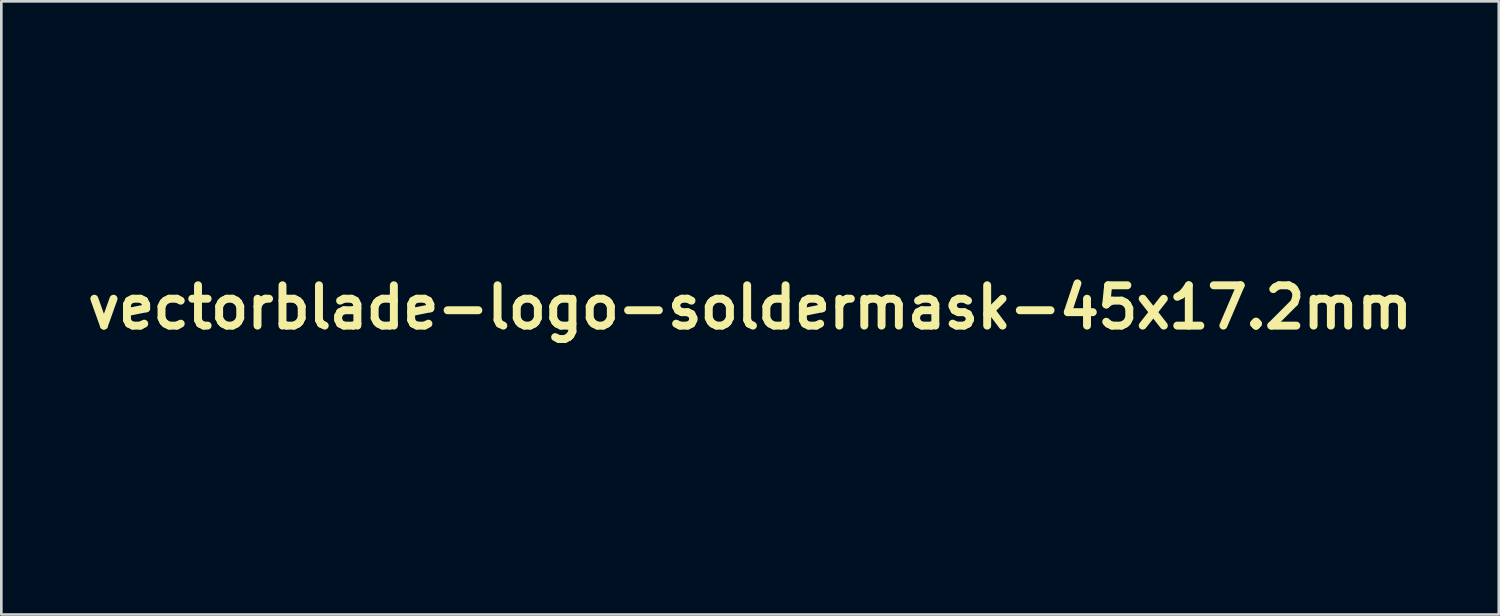
<source format=kicad_pcb>
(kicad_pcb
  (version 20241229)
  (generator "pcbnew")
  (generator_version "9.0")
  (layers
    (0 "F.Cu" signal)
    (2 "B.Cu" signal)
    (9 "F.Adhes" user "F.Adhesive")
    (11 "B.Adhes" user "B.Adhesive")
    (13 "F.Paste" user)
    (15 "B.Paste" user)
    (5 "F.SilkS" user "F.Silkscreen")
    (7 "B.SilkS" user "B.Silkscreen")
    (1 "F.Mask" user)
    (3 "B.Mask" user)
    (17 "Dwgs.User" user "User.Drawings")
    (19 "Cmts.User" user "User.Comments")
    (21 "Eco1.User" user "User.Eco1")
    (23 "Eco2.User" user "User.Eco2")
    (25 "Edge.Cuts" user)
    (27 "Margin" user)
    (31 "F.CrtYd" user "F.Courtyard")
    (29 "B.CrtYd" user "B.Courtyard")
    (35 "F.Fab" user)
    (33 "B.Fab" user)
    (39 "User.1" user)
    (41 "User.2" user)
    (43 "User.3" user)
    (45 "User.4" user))
  (footprint "vectorblade-logo-soldermask-45x17.2mm"
    (layer "F.Cu")
    (at 25.298 8.567)
    (property "Reference" "vectorblade-logo-soldermask-45x17.2mm" (at 0 0 0) (layer "F.SilkS") (effects (font (size 1.524 1.524) (thickness 0.3))))
    (attr through_hole)
    (fp_poly (pts (xy -16.738 1.444) (xy -16.726 1.505) (xy -16.75 1.579) (xy -16.802 1.614) (xy -16.857 1.6) (xy -16.881 1.564) (xy -16.889 1.477) (xy -16.854 1.414) (xy -16.792 1.399) (xy -16.738 1.444)) (stroke (width 0.01) (type solid)) (fill yes) (layer "F.Mask"))
    (fp_poly (pts (xy -14.358 1.909) (xy -14.309 1.963) (xy -14.305 2.017) (xy -14.345 2.08) (xy -14.411 2.103) (xy -14.461 2.083) (xy -14.487 2.017) (xy -14.473 1.944) (xy -14.437 1.908) (xy -14.358 1.909)) (stroke (width 0.01) (type solid)) (fill yes) (layer "F.Mask"))
    (fp_poly (pts (xy -6.432 7.141) (xy -6.406 7.208) (xy -6.435 7.282) (xy -6.498 7.333) (xy -6.555 7.314) (xy -6.581 7.286) (xy -6.607 7.21) (xy -6.577 7.141) (xy -6.505 7.112) (xy -6.432 7.141)) (stroke (width 0.01) (type solid)) (fill yes) (layer "F.Mask"))
    (fp_poly (pts (xy -4.321 2.152) (xy -4.31 2.216) (xy -4.346 2.272) (xy -4.388 2.288) (xy -4.461 2.276) (xy -4.488 2.247) (xy -4.488 2.167) (xy -4.435 2.117) (xy -4.379 2.113) (xy -4.321 2.152)) (stroke (width 0.01) (type solid)) (fill yes) (layer "F.Mask"))
    (fp_poly (pts (xy -4.273 2.436) (xy -4.224 2.49) (xy -4.221 2.544) (xy -4.26 2.607) (xy -4.327 2.63) (xy -4.376 2.61) (xy -4.402 2.544) (xy -4.388 2.47) (xy -4.352 2.435) (xy -4.273 2.436)) (stroke (width 0.01) (type solid)) (fill yes) (layer "F.Mask"))
    (fp_poly (pts (xy -4.207 1.595) (xy -4.196 1.656) (xy -4.219 1.729) (xy -4.271 1.764) (xy -4.327 1.75) (xy -4.35 1.715) (xy -4.359 1.627) (xy -4.323 1.564) (xy -4.262 1.55) (xy -4.207 1.595)) (stroke (width 0.01) (type solid)) (fill yes) (layer "F.Mask"))
    (fp_poly (pts (xy -3.536 1.77) (xy -3.518 1.844) (xy -3.539 1.921) (xy -3.603 1.95) (xy -3.683 1.936) (xy -3.711 1.903) (xy -3.719 1.81) (xy -3.674 1.749) (xy -3.603 1.738) (xy -3.536 1.77)) (stroke (width 0.01) (type solid)) (fill yes) (layer "F.Mask"))
    (fp_poly (pts (xy -0.533 1.62) (xy -0.533 1.679) (xy -0.573 1.742) (xy -0.639 1.765) (xy -0.689 1.745) (xy -0.715 1.674) (xy -0.693 1.599) (xy -0.652 1.564) (xy -0.575 1.564) (xy -0.533 1.62)) (stroke (width 0.01) (type solid)) (fill yes) (layer "F.Mask"))
    (fp_poly (pts (xy -0.373 5.899) (xy -0.347 5.966) (xy -0.377 6.04) (xy -0.439 6.091) (xy -0.497 6.072) (xy -0.523 6.044) (xy -0.549 5.968) (xy -0.519 5.9) (xy -0.446 5.87) (xy -0.373 5.899)) (stroke (width 0.01) (type solid)) (fill yes) (layer "F.Mask"))
    (fp_poly (pts (xy 2.604 1.444) (xy 2.615 1.505) (xy 2.592 1.579) (xy 2.54 1.614) (xy 2.484 1.6) (xy 2.461 1.564) (xy 2.452 1.477) (xy 2.488 1.414) (xy 2.549 1.399) (xy 2.604 1.444)) (stroke (width 0.01) (type solid)) (fill yes) (layer "F.Mask"))
    (fp_poly (pts (xy 3.846 2.009) (xy 3.857 2.07) (xy 3.834 2.143) (xy 3.781 2.178) (xy 3.726 2.164) (xy 3.702 2.129) (xy 3.694 2.041) (xy 3.73 1.978) (xy 3.791 1.964) (xy 3.846 2.009)) (stroke (width 0.01) (type solid)) (fill yes) (layer "F.Mask"))
    (fp_poly (pts (xy 3.846 5.17) (xy 3.857 5.231) (xy 3.834 5.304) (xy 3.781 5.339) (xy 3.726 5.325) (xy 3.702 5.29) (xy 3.694 5.202) (xy 3.73 5.139) (xy 3.791 5.125) (xy 3.846 5.17)) (stroke (width 0.01) (type solid)) (fill yes) (layer "F.Mask"))
    (fp_poly (pts (xy 14.479 1.836) (xy 14.509 1.904) (xy 14.483 1.98) (xy 14.423 2.028) (xy 14.365 2.005) (xy 14.337 1.976) (xy 14.308 1.898) (xy 14.336 1.832) (xy 14.407 1.806) (xy 14.479 1.836)) (stroke (width 0.01) (type solid)) (fill yes) (layer "F.Mask"))
    (fp_poly (pts (xy 18.553 2.109) (xy 18.57 2.183) (xy 18.55 2.26) (xy 18.485 2.289) (xy 18.406 2.275) (xy 18.378 2.242) (xy 18.37 2.148) (xy 18.415 2.088) (xy 18.485 2.076) (xy 18.553 2.109)) (stroke (width 0.01) (type solid)) (fill yes) (layer "F.Mask"))
    (fp_poly (pts (xy -18.571 1.265) (xy -18.533 1.325) (xy -18.533 1.336) (xy -18.562 1.398) (xy -18.627 1.426) (xy -18.694 1.412) (xy -18.726 1.374) (xy -18.727 1.301) (xy -18.711 1.273) (xy -18.641 1.244) (xy -18.571 1.265)) (stroke (width 0.01) (type solid)) (fill yes) (layer "F.Mask"))
    (fp_poly (pts (xy -16.637 2.137) (xy -16.614 2.21) (xy -16.622 2.248) (xy -16.668 2.288) (xy -16.74 2.29) (xy -16.798 2.256) (xy -16.806 2.241) (xy -16.807 2.159) (xy -16.748 2.112) (xy -16.709 2.107) (xy -16.637 2.137)) (stroke (width 0.01) (type solid)) (fill yes) (layer "F.Mask"))
    (fp_poly (pts (xy -16.223 4.997) (xy -16.2 5.07) (xy -16.208 5.108) (xy -16.255 5.148) (xy -16.326 5.15) (xy -16.384 5.115) (xy -16.392 5.101) (xy -16.393 5.019) (xy -16.334 4.972) (xy -16.295 4.967) (xy -16.223 4.997)) (stroke (width 0.01) (type solid)) (fill yes) (layer "F.Mask"))
    (fp_poly (pts (xy -15.9 5.27) (xy -15.866 5.314) (xy -15.851 5.389) (xy -15.877 5.434) (xy -15.955 5.489) (xy -16.027 5.471) (xy -16.066 5.421) (xy -16.083 5.346) (xy -16.045 5.288) (xy -15.968 5.242) (xy -15.9 5.27)) (stroke (width 0.01) (type solid)) (fill yes) (layer "F.Mask"))
    (fp_poly (pts (xy -15.395 5.411) (xy -15.372 5.484) (xy -15.38 5.522) (xy -15.427 5.562) (xy -15.498 5.564) (xy -15.556 5.529) (xy -15.564 5.515) (xy -15.566 5.433) (xy -15.507 5.386) (xy -15.468 5.381) (xy -15.395 5.411)) (stroke (width 0.01) (type solid)) (fill yes) (layer "F.Mask"))
    (fp_poly (pts (xy -10.518 2.093) (xy -10.481 2.153) (xy -10.48 2.164) (xy -10.509 2.226) (xy -10.574 2.254) (xy -10.642 2.24) (xy -10.673 2.201) (xy -10.674 2.129) (xy -10.658 2.101) (xy -10.588 2.072) (xy -10.518 2.093)) (stroke (width 0.01) (type solid)) (fill yes) (layer "F.Mask"))
    (fp_poly (pts (xy -9.189 1.573) (xy -9.152 1.634) (xy -9.151 1.67) (xy -9.188 1.733) (xy -9.253 1.762) (xy -9.318 1.751) (xy -9.344 1.718) (xy -9.341 1.645) (xy -9.319 1.601) (xy -9.254 1.559) (xy -9.189 1.573)) (stroke (width 0.01) (type solid)) (fill yes) (layer "F.Mask"))
    (fp_poly (pts (xy 0.047 1.324) (xy 0.118 1.361) (xy 0.132 1.411) (xy 0.101 1.478) (xy 0.047 1.498) (xy -0.016 1.494) (xy -0.037 1.441) (xy -0.038 1.411) (xy -0.026 1.339) (xy 0.021 1.321) (xy 0.047 1.324)) (stroke (width 0.01) (type solid)) (fill yes) (layer "F.Mask"))
    (fp_poly (pts (xy 0.295 6.095) (xy 0.301 6.155) (xy 0.281 6.229) (xy 0.232 6.247) (xy 0.16 6.234) (xy 0.138 6.221) (xy 0.113 6.153) (xy 0.133 6.078) (xy 0.173 6.043) (xy 0.253 6.037) (xy 0.295 6.095)) (stroke (width 0.01) (type solid)) (fill yes) (layer "F.Mask"))
    (fp_poly (pts (xy 6.918 4.493) (xy 6.952 4.564) (xy 6.949 4.607) (xy 6.898 4.657) (xy 6.824 4.66) (xy 6.764 4.617) (xy 6.756 4.601) (xy 6.758 4.527) (xy 6.807 4.477) (xy 6.876 4.469) (xy 6.918 4.493)) (stroke (width 0.01) (type solid)) (fill yes) (layer "F.Mask"))
    (fp_poly (pts (xy 7.596 2.927) (xy 7.619 3.001) (xy 7.611 3.039) (xy 7.565 3.079) (xy 7.493 3.081) (xy 7.435 3.046) (xy 7.427 3.031) (xy 7.426 2.949) (xy 7.485 2.902) (xy 7.524 2.897) (xy 7.596 2.927)) (stroke (width 0.01) (type solid)) (fill yes) (layer "F.Mask"))
    (fp_poly (pts (xy 11.951 1.607) (xy 12.006 1.661) (xy 12.021 1.736) (xy 12.016 1.753) (xy 11.966 1.797) (xy 11.89 1.804) (xy 11.841 1.781) (xy 11.815 1.711) (xy 11.839 1.636) (xy 11.881 1.601) (xy 11.951 1.607)) (stroke (width 0.01) (type solid)) (fill yes) (layer "F.Mask"))
    (fp_poly (pts (xy 18.885 1.76) (xy 18.908 1.834) (xy 18.9 1.872) (xy 18.854 1.912) (xy 18.782 1.914) (xy 18.724 1.879) (xy 18.716 1.864) (xy 18.715 1.783) (xy 18.774 1.736) (xy 18.813 1.731) (xy 18.885 1.76)) (stroke (width 0.01) (type solid)) (fill yes) (layer "F.Mask"))
    (fp_poly (pts (xy -13.08 1.671) (xy -13.058 1.732) (xy -13.057 1.75) (xy -13.076 1.825) (xy -13.126 1.844) (xy -13.198 1.832) (xy -13.221 1.819) (xy -13.242 1.763) (xy -13.246 1.725) (xy -13.22 1.67) (xy -13.152 1.656) (xy -13.08 1.671)) (stroke (width 0.01) (type solid)) (fill yes) (layer "F.Mask"))
    (fp_poly (pts (xy -7.382 7.282) (xy -7.357 7.313) (xy -7.324 7.389) (xy -7.326 7.436) (xy -7.375 7.48) (xy -7.448 7.482) (xy -7.507 7.443) (xy -7.513 7.429) (xy -7.507 7.359) (xy -7.472 7.307) (xy -7.42 7.265) (xy -7.382 7.282)) (stroke (width 0.01) (type solid)) (fill yes) (layer "F.Mask"))
    (fp_poly (pts (xy -6.889 3.219) (xy -6.862 3.244) (xy -6.821 3.321) (xy -6.84 3.39) (xy -6.91 3.424) (xy -6.924 3.424) (xy -6.997 3.399) (xy -7.024 3.365) (xy -7.018 3.294) (xy -6.985 3.244) (xy -6.933 3.203) (xy -6.889 3.219)) (stroke (width 0.01) (type solid)) (fill yes) (layer "F.Mask"))
    (fp_poly (pts (xy -6.129 1.494) (xy -6.096 1.524) (xy -6.068 1.584) (xy -6.096 1.637) (xy -6.161 1.685) (xy -6.196 1.693) (xy -6.254 1.663) (xy -6.271 1.637) (xy -6.277 1.552) (xy -6.242 1.486) (xy -6.196 1.468) (xy -6.129 1.494)) (stroke (width 0.01) (type solid)) (fill yes) (layer "F.Mask"))
    (fp_poly (pts (xy 0.415 1.153) (xy 0.438 1.174) (xy 0.478 1.246) (xy 0.477 1.295) (xy 0.425 1.345) (xy 0.352 1.349) (xy 0.292 1.306) (xy 0.285 1.292) (xy 0.289 1.215) (xy 0.318 1.171) (xy 0.369 1.133) (xy 0.415 1.153)) (stroke (width 0.01) (type solid)) (fill yes) (layer "F.Mask"))
    (fp_poly (pts (xy 9.685 2.228) (xy 9.752 2.265) (xy 9.78 2.333) (xy 9.758 2.398) (xy 9.74 2.413) (xy 9.671 2.443) (xy 9.619 2.416) (xy 9.6 2.394) (xy 9.573 2.318) (xy 9.601 2.253) (xy 9.671 2.226) (xy 9.685 2.228)) (stroke (width 0.01) (type solid)) (fill yes) (layer "F.Mask"))
    (fp_poly (pts (xy 10.496 1.417) (xy 10.523 1.449) (xy 10.519 1.518) (xy 10.478 1.587) (xy 10.424 1.618) (xy 10.423 1.618) (xy 10.378 1.593) (xy 10.349 1.562) (xy 10.319 1.483) (xy 10.35 1.418) (xy 10.423 1.392) (xy 10.496 1.417)) (stroke (width 0.01) (type solid)) (fill yes) (layer "F.Mask"))
    (fp_poly (pts (xy 16.054 1.832) (xy 16.09 1.893) (xy 16.072 1.969) (xy 16.064 1.98) (xy 16.009 2.027) (xy 15.949 2.014) (xy 15.923 1.999) (xy 15.885 1.94) (xy 15.899 1.869) (xy 15.955 1.82) (xy 15.979 1.814) (xy 16.054 1.832)) (stroke (width 0.01) (type solid)) (fill yes) (layer "F.Mask"))
    (fp_poly (pts (xy 18.135 2.583) (xy 18.162 2.616) (xy 18.158 2.684) (xy 18.117 2.753) (xy 18.062 2.785) (xy 18.062 2.785) (xy 18.017 2.759) (xy 17.987 2.729) (xy 17.958 2.65) (xy 17.988 2.584) (xy 18.062 2.559) (xy 18.135 2.583)) (stroke (width 0.01) (type solid)) (fill yes) (layer "F.Mask"))
    (fp_poly (pts (xy -17.186 1.649) (xy -17.116 1.727) (xy -17.091 1.832) (xy -17.119 1.941) (xy -17.159 1.994) (xy -17.263 2.06) (xy -17.366 2.053) (xy -17.436 2.001) (xy -17.491 1.895) (xy -17.491 1.783) (xy -17.442 1.687) (xy -17.354 1.627) (xy -17.294 1.618) (xy -17.186 1.649)) (stroke (width 0.01) (type solid)) (fill yes) (layer "F.Mask"))
    (fp_poly (pts (xy -13.946 1.444) (xy -13.89 1.471) (xy -13.803 1.558) (xy -13.779 1.632) (xy -13.794 1.749) (xy -13.858 1.833) (xy -13.949 1.875) (xy -14.05 1.865) (xy -14.124 1.813) (xy -14.181 1.702) (xy -14.174 1.587) (xy -14.104 1.492) (xy -14.088 1.48) (xy -14.01 1.439) (xy -13.946 1.444)) (stroke (width 0.01) (type solid)) (fill yes) (layer "F.Mask"))
    (fp_poly (pts (xy 0.828 5.639) (xy 0.911 5.722) (xy 0.941 5.826) (xy 0.909 5.924) (xy 0.833 6.01) (xy 0.738 6.056) (xy 0.715 6.058) (xy 0.633 6.033) (xy 0.564 5.983) (xy 0.499 5.876) (xy 0.496 5.766) (xy 0.547 5.672) (xy 0.645 5.615) (xy 0.712 5.607) (xy 0.828 5.639)) (stroke (width 0.01) (type solid)) (fill yes) (layer "F.Mask"))
    (fp_poly (pts (xy 3.233 2.149) (xy 3.274 2.183) (xy 3.34 2.286) (xy 3.333 2.398) (xy 3.29 2.475) (xy 3.203 2.542) (xy 3.092 2.556) (xy 2.986 2.514) (xy 2.96 2.49) (xy 2.901 2.384) (xy 2.903 2.28) (xy 2.95 2.191) (xy 3.03 2.131) (xy 3.129 2.112) (xy 3.233 2.149)) (stroke (width 0.01) (type solid)) (fill yes) (layer "F.Mask"))
    (fp_poly (pts (xy 11.68 1.799) (xy 11.764 1.872) (xy 11.812 1.96) (xy 11.816 1.986) (xy 11.785 2.098) (xy 11.706 2.179) (xy 11.601 2.218) (xy 11.491 2.206) (xy 11.423 2.161) (xy 11.373 2.065) (xy 11.379 1.955) (xy 11.429 1.854) (xy 11.514 1.785) (xy 11.59 1.769) (xy 11.68 1.799)) (stroke (width 0.01) (type solid)) (fill yes) (layer "F.Mask"))
    (fp_poly (pts (xy -10.762 1.392) (xy -10.673 1.437) (xy -10.662 1.451) (xy -10.618 1.558) (xy -10.63 1.661) (xy -10.685 1.745) (xy -10.767 1.798) (xy -10.864 1.805) (xy -10.961 1.753) (xy -10.966 1.747) (xy -11.014 1.658) (xy -11.022 1.548) (xy -10.99 1.453) (xy -10.969 1.43) (xy -10.872 1.388) (xy -10.762 1.392)) (stroke (width 0.01) (type solid)) (fill yes) (layer "F.Mask"))
    (fp_poly (pts (xy 7.202 3.712) (xy 7.273 3.781) (xy 7.3 3.888) (xy 7.28 4.012) (xy 7.212 4.08) (xy 7.089 4.102) (xy 7.085 4.102) (xy 6.986 4.086) (xy 6.928 4.029) (xy 6.915 4.004) (xy 6.891 3.913) (xy 6.917 3.826) (xy 6.927 3.806) (xy 7.008 3.72) (xy 7.106 3.69) (xy 7.202 3.712)) (stroke (width 0.01) (type solid)) (fill yes) (layer "F.Mask"))
    (fp_poly (pts (xy 13.734 1.966) (xy 13.821 2.048) (xy 13.874 2.159) (xy 13.883 2.285) (xy 13.837 2.417) (xy 13.807 2.46) (xy 13.704 2.536) (xy 13.572 2.563) (xy 13.44 2.537) (xy 13.359 2.484) (xy 13.288 2.364) (xy 13.274 2.223) (xy 13.316 2.086) (xy 13.381 2.004) (xy 13.504 1.932) (xy 13.625 1.923) (xy 13.734 1.966)) (stroke (width 0.01) (type solid)) (fill yes) (layer "F.Mask"))
    (fp_poly (pts (xy -6.195 1.792) (xy -6.098 1.867) (xy -6.042 2.001) (xy -6.033 2.044) (xy -6.028 2.141) (xy -6.058 2.217) (xy -6.126 2.294) (xy -6.252 2.384) (xy -6.382 2.401) (xy -6.496 2.364) (xy -6.596 2.278) (xy -6.648 2.154) (xy -6.648 2.014) (xy -6.593 1.882) (xy -6.582 1.868) (xy -6.511 1.8) (xy -6.42 1.772) (xy -6.344 1.769) (xy -6.195 1.792)) (stroke (width 0.01) (type solid)) (fill yes) (layer "F.Mask"))
    (fp_poly (pts (xy 18.117 1.614) (xy 18.222 1.701) (xy 18.284 1.826) (xy 18.293 1.971) (xy 18.268 2.06) (xy 18.211 2.154) (xy 18.143 2.217) (xy 18.143 2.217) (xy 18.033 2.248) (xy 17.901 2.252) (xy 17.807 2.233) (xy 17.748 2.177) (xy 17.692 2.078) (xy 17.656 1.964) (xy 17.648 1.899) (xy 17.681 1.789) (xy 17.764 1.685) (xy 17.874 1.608) (xy 17.98 1.58) (xy 18.117 1.614)) (stroke (width 0.01) (type solid)) (fill yes) (layer "F.Mask"))
    (fp_poly (pts (xy -17.941 2.383) (xy -17.822 2.407) (xy -17.8 2.417) (xy -17.669 2.524) (xy -17.582 2.673) (xy -17.539 2.846) (xy -17.542 3.024) (xy -17.591 3.189) (xy -17.689 3.323) (xy -17.738 3.361) (xy -17.883 3.421) (xy -18.058 3.444) (xy -18.227 3.426) (xy -18.239 3.422) (xy -18.383 3.343) (xy -18.487 3.214) (xy -18.548 3.054) (xy -18.563 2.879) (xy -18.529 2.704) (xy -18.442 2.548) (xy -18.406 2.509) (xy -18.316 2.435) (xy -18.214 2.397) (xy -18.093 2.382) (xy -17.941 2.383)) (stroke (width 0.01) (type solid)) (fill yes) (layer "F.Mask"))
    (fp_poly (pts (xy -12.714 -0.312) (xy -12.704 -0.304) (xy -12.649 -0.219) (xy -12.663 -0.123) (xy -12.71 -0.065) (xy -12.763 -0.035) (xy -12.868 0.014) (xy -13.01 0.074) (xy -13.168 0.139) (xy -13.327 0.201) (xy -13.468 0.253) (xy -13.574 0.289) (xy -13.624 0.301) (xy -13.634 0.268) (xy -13.631 0.188) (xy -13.629 0.169) (xy -13.599 0.063) (xy -13.528 -0.028) (xy -13.408 -0.111) (xy -13.228 -0.192) (xy -13.088 -0.243) (xy -12.928 -0.295) (xy -12.823 -0.323) (xy -12.757 -0.327) (xy -12.714 -0.312)) (stroke (width 0.01) (type solid)) (fill yes) (layer "F.Mask"))
    (fp_poly (pts (xy 19.734 -0.322) (xy 19.774 -0.293) (xy 19.792 -0.265) (xy 19.816 -0.193) (xy 19.799 -0.128) (xy 19.734 -0.065) (xy 19.616 0.003) (xy 19.435 0.08) (xy 19.286 0.137) (xy 19.117 0.199) (xy 18.975 0.25) (xy 18.874 0.286) (xy 18.829 0.301) (xy 18.828 0.301) (xy 18.826 0.269) (xy 18.838 0.19) (xy 18.84 0.179) (xy 18.867 0.068) (xy 18.909 -0.011) (xy 18.981 -0.074) (xy 19.098 -0.133) (xy 19.231 -0.187) (xy 19.431 -0.262) (xy 19.574 -0.308) (xy 19.671 -0.328) (xy 19.734 -0.322)) (stroke (width 0.01) (type solid)) (fill yes) (layer "F.Mask"))
    (fp_poly (pts (xy 8.523 -8.559) (xy 8.887 -8.552) (xy 9.215 -8.54) (xy 9.494 -8.523) (xy 9.633 -8.511) (xy 10.582 -8.39) (xy 11.472 -8.227) (xy 12.303 -8.024) (xy 13.074 -7.78) (xy 13.784 -7.496) (xy 14.434 -7.172) (xy 15.021 -6.809) (xy 15.546 -6.407) (xy 16.007 -5.966) (xy 16.405 -5.487) (xy 16.47 -5.396) (xy 16.559 -5.265) (xy 16.613 -5.17) (xy 16.64 -5.083) (xy 16.65 -4.98) (xy 16.651 -4.867) (xy 16.651 -4.598) (xy 16.793 -4.579) (xy 17.021 -4.512) (xy 17.217 -4.381) (xy 17.328 -4.255) (xy 17.441 -4.095) (xy 17.441 -3.355) (xy 17.44 -3.108) (xy 17.437 -2.806) (xy 17.432 -2.469) (xy 17.426 -2.118) (xy 17.419 -1.773) (xy 17.413 -1.536) (xy 17.385 -0.457) (xy 17.567 -0.634) (xy 17.673 -0.73) (xy 17.785 -0.814) (xy 17.913 -0.892) (xy 18.067 -0.965) (xy 18.255 -1.04) (xy 18.486 -1.119) (xy 18.771 -1.206) (xy 19.119 -1.307) (xy 19.172 -1.322) (xy 19.492 -1.41) (xy 19.75 -1.479) (xy 19.955 -1.53) (xy 20.117 -1.564) (xy 20.245 -1.585) (xy 20.349 -1.594) (xy 20.395 -1.595) (xy 20.681 -1.559) (xy 20.933 -1.457) (xy 21.148 -1.289) (xy 21.323 -1.059) (xy 21.372 -0.97) (xy 21.438 -0.823) (xy 21.473 -0.694) (xy 21.486 -0.545) (xy 21.487 -0.47) (xy 21.487 -0.2) (xy 21.695 -0.27) (xy 21.912 -0.314) (xy 22.104 -0.289) (xy 22.279 -0.194) (xy 22.286 -0.189) (xy 22.408 -0.05) (xy 22.48 0.125) (xy 22.498 0.312) (xy 22.458 0.49) (xy 22.417 0.568) (xy 22.367 0.623) (xy 22.265 0.719) (xy 22.116 0.851) (xy 21.928 1.015) (xy 21.705 1.204) (xy 21.456 1.415) (xy 21.186 1.641) (xy 20.901 1.878) (xy 20.608 2.12) (xy 20.312 2.362) (xy 20.022 2.599) (xy 19.741 2.826) (xy 19.478 3.037) (xy 19.238 3.227) (xy 19.028 3.392) (xy 18.854 3.525) (xy 18.722 3.622) (xy 18.639 3.677) (xy 18.622 3.686) (xy 18.359 3.774) (xy 18.09 3.821) (xy 17.843 3.82) (xy 17.822 3.818) (xy 17.538 3.753) (xy 17.268 3.642) (xy 17.03 3.494) (xy 16.842 3.319) (xy 16.781 3.24) (xy 16.68 3.089) (xy 16.44 3.261) (xy 16.237 3.398) (xy 16.069 3.49) (xy 15.919 3.545) (xy 15.768 3.57) (xy 15.673 3.574) (xy 15.511 3.564) (xy 15.379 3.527) (xy 15.252 3.462) (xy 15.144 3.397) (xy 15.065 3.342) (xy 15.036 3.316) (xy 14.997 3.321) (xy 14.907 3.358) (xy 14.778 3.422) (xy 14.622 3.506) (xy 14.598 3.52) (xy 14.343 3.657) (xy 14.127 3.751) (xy 13.933 3.808) (xy 13.741 3.835) (xy 13.627 3.838) (xy 13.36 3.807) (xy 13.079 3.721) (xy 12.806 3.591) (xy 12.563 3.425) (xy 12.436 3.307) (xy 12.265 3.124) (xy 11.945 3.337) (xy 11.784 3.44) (xy 11.662 3.507) (xy 11.559 3.545) (xy 11.453 3.564) (xy 11.421 3.567) (xy 11.198 3.571) (xy 11.019 3.537) (xy 10.859 3.459) (xy 10.789 3.409) (xy 10.625 3.285) (xy 10.289 3.486) (xy 9.934 3.671) (xy 9.602 3.787) (xy 9.289 3.835) (xy 8.991 3.814) (xy 8.704 3.725) (xy 8.674 3.712) (xy 8.467 3.617) (xy 8.463 3.699) (xy 8.461 3.761) (xy 8.457 3.886) (xy 8.451 4.059) (xy 8.443 4.268) (xy 8.435 4.5) (xy 8.435 4.519) (xy 8.426 4.772) (xy 8.417 4.962) (xy 8.408 5.102) (xy 8.396 5.203) (xy 8.378 5.277) (xy 8.354 5.338) (xy 8.322 5.397) (xy 8.296 5.44) (xy 8.235 5.534) (xy 8.173 5.611) (xy 8.102 5.675) (xy 8.013 5.73) (xy 7.898 5.777) (xy 7.749 5.821) (xy 7.557 5.863) (xy 7.314 5.907) (xy 7.011 5.956) (xy 6.717 6.002) (xy 5.783 6.146) (xy 4.911 6.287) (xy 4.084 6.426) (xy 3.29 6.566) (xy 2.515 6.71) (xy 1.743 6.86) (xy 0.961 7.02) (xy 0.154 7.191) (xy -0.691 7.377) (xy -0.771 7.395) (xy -1.542 7.565) (xy -2.247 7.718) (xy -2.894 7.855) (xy -3.49 7.976) (xy -4.042 8.083) (xy -4.558 8.179) (xy -5.045 8.262) (xy -5.511 8.337) (xy -5.962 8.402) (xy -6.405 8.461) (xy -6.85 8.514) (xy -6.961 8.526) (xy -7.18 8.545) (xy -7.459 8.562) (xy -7.785 8.576) (xy -8.143 8.587) (xy -8.52 8.596) (xy -8.9 8.601) (xy -9.27 8.602) (xy -9.615 8.6) (xy -9.921 8.594) (xy -10.174 8.584) (xy -10.273 8.578) (xy -11.199 8.483) (xy -12.071 8.345) (xy -12.888 8.164) (xy -13.647 7.94) (xy -14.347 7.674) (xy -14.987 7.367) (xy -15.566 7.018) (xy -15.69 6.932) (xy -15.989 6.703) (xy -16.27 6.455) (xy -16.528 6.195) (xy -16.756 5.933) (xy -16.946 5.676) (xy -17.094 5.433) (xy -17.192 5.211) (xy -17.233 5.019) (xy -17.234 4.989) (xy -17.234 4.821) (xy -17.41 4.898) (xy -17.607 4.953) (xy -17.838 4.968) (xy -18.074 4.945) (xy -18.286 4.885) (xy -18.372 4.843) (xy -18.437 4.804) (xy -18.497 4.762) (xy -18.553 4.713) (xy -16.671 4.713) (xy -16.57 4.887) (xy -16.347 5.219) (xy -16.06 5.553) (xy -15.841 5.771) (xy -15.397 6.14) (xy -14.889 6.472) (xy -14.32 6.768) (xy -13.693 7.027) (xy -13.009 7.247) (xy -12.272 7.428) (xy -11.484 7.569) (xy -10.647 7.67) (xy -9.765 7.729) (xy -9.082 7.746) (xy -8.832 7.748) (xy -8.649 7.748) (xy -8.521 7.745) (xy -8.44 7.739) (xy -8.395 7.727) (xy -8.378 7.711) (xy -8.378 7.688) (xy -8.38 7.677) (xy -8.375 7.591) (xy -8.338 7.507) (xy -8.253 7.432) (xy -8.151 7.415) (xy -8.051 7.449) (xy -7.974 7.526) (xy -7.94 7.64) (xy -7.94 7.653) (xy -7.935 7.685) (xy -7.913 7.705) (xy -7.858 7.713) (xy -7.759 7.712) (xy -7.602 7.703) (xy -7.554 7.7) (xy -7.008 7.655) (xy -6.405 7.587) (xy -5.744 7.495) (xy -5.022 7.38) (xy -4.238 7.24) (xy -3.39 7.076) (xy -2.476 6.887) (xy -1.493 6.673) (xy -1.185 6.603) (xy -0.448 6.439) (xy 0.262 6.285) (xy 0.954 6.14) (xy 1.639 6.001) (xy 2.327 5.868) (xy 3.026 5.738) (xy 3.748 5.609) (xy 4.502 5.48) (xy 5.299 5.349) (xy 6.147 5.214) (xy 7.057 5.072) (xy 7.332 5.03) (xy 7.441 5.016) (xy 7.533 5.005) (xy 7.61 4.99) (xy 7.672 4.966) (xy 7.723 4.928) (xy 7.762 4.868) (xy 7.792 4.781) (xy 7.814 4.66) (xy 7.831 4.5) (xy 7.842 4.295) (xy 7.851 4.038) (xy 7.858 3.724) (xy 7.866 3.346) (xy 7.874 2.94) (xy 7.881 2.57) (xy 7.887 2.276) (xy 8.354 2.276) (xy 8.39 2.464) (xy 8.497 2.63) (xy 8.673 2.771) (xy 8.712 2.794) (xy 8.963 2.91) (xy 9.188 2.966) (xy 9.401 2.962) (xy 9.512 2.937) (xy 9.583 2.908) (xy 9.705 2.846) (xy 9.868 2.76) (xy 10.059 2.654) (xy 10.265 2.537) (xy 10.284 2.526) (xy 10.485 2.409) (xy 10.667 2.305) (xy 10.819 2.22) (xy 10.928 2.159) (xy 10.985 2.129) (xy 10.988 2.128) (xy 11.02 2.128) (xy 11.034 2.169) (xy 11.034 2.267) (xy 11.032 2.305) (xy 11.032 2.442) (xy 11.056 2.537) (xy 11.101 2.606) (xy 11.153 2.664) (xy 11.208 2.698) (xy 11.275 2.707) (xy 11.362 2.688) (xy 11.477 2.636) (xy 11.627 2.551) (xy 11.822 2.428) (xy 12.068 2.264) (xy 12.101 2.243) (xy 12.796 1.776) (xy 12.767 1.913) (xy 12.737 2.134) (xy 12.743 2.338) (xy 12.781 2.505) (xy 12.82 2.581) (xy 12.927 2.687) (xy 13.084 2.791) (xy 13.267 2.88) (xy 13.451 2.942) (xy 13.557 2.96) (xy 13.656 2.966) (xy 13.75 2.96) (xy 13.85 2.939) (xy 13.965 2.897) (xy 14.107 2.831) (xy 14.285 2.738) (xy 14.51 2.612) (xy 14.721 2.49) (xy 14.922 2.374) (xy 15.1 2.272) (xy 15.246 2.19) (xy 15.349 2.134) (xy 15.4 2.108) (xy 15.403 2.107) (xy 15.414 2.141) (xy 15.419 2.23) (xy 15.418 2.329) (xy 15.419 2.472) (xy 15.439 2.565) (xy 15.481 2.63) (xy 15.534 2.679) (xy 15.593 2.707) (xy 15.664 2.709) (xy 15.755 2.683) (xy 15.876 2.626) (xy 16.033 2.535) (xy 16.234 2.405) (xy 16.487 2.235) (xy 16.515 2.216) (xy 16.721 2.078) (xy 16.905 1.956) (xy 17.06 1.856) (xy 17.176 1.785) (xy 17.245 1.747) (xy 17.259 1.743) (xy 17.261 1.786) (xy 17.247 1.884) (xy 17.222 2.015) (xy 17.216 2.043) (xy 17.179 2.279) (xy 17.189 2.465) (xy 17.252 2.615) (xy 17.374 2.741) (xy 17.561 2.856) (xy 17.573 2.862) (xy 17.765 2.928) (xy 17.983 2.952) (xy 18.198 2.933) (xy 18.376 2.874) (xy 18.436 2.833) (xy 18.547 2.751) (xy 18.702 2.631) (xy 18.893 2.48) (xy 19.114 2.304) (xy 19.358 2.107) (xy 19.616 1.895) (xy 19.705 1.822) (xy 20.889 0.847) (xy 20.377 0.836) (xy 19.865 0.826) (xy 19.351 1.034) (xy 19.166 1.107) (xy 19.004 1.17) (xy 18.878 1.215) (xy 18.802 1.239) (xy 18.789 1.242) (xy 18.756 1.234) (xy 18.739 1.198) (xy 18.735 1.118) (xy 18.739 1.007) (xy 18.745 0.865) (xy 18.107 0.865) (xy 17.856 0.867) (xy 17.672 0.872) (xy 17.548 0.881) (xy 17.477 0.895) (xy 17.45 0.913) (xy 17.435 0.971) (xy 17.412 1.081) (xy 17.386 1.219) (xy 17.384 1.229) (xy 17.356 1.373) (xy 17.321 1.464) (xy 17.264 1.514) (xy 17.169 1.536) (xy 17.019 1.542) (xy 16.962 1.542) (xy 16.745 1.543) (xy 16.745 0.903) (xy 16.002 0.904) (xy 15.259 0.906) (xy 14.789 1.108) (xy 14.563 1.202) (xy 14.402 1.259) (xy 14.305 1.28) (xy 14.275 1.275) (xy 14.249 1.211) (xy 14.251 1.098) (xy 14.252 1.089) (xy 14.272 0.939) (xy 12.967 0.96) (xy 12.907 1.242) (xy 12.847 1.524) (xy 12.38 1.546) (xy 12.38 0.96) (xy 11.505 0.98) (xy 10.63 1) (xy 10.292 1.154) (xy 10.108 1.232) (xy 9.982 1.271) (xy 9.905 1.269) (xy 9.87 1.227) (xy 9.87 1.142) (xy 9.875 1.112) (xy 9.897 0.997) (xy 9.579 1.009) (xy 9.417 1.019) (xy 9.32 1.033) (xy 9.28 1.053) (xy 9.28 1.069) (xy 9.269 1.129) (xy 9.24 1.165) (xy 9.179 1.194) (xy 9.125 1.167) (xy 9.077 1.102) (xy 9.069 1.068) (xy 9.048 1.038) (xy 8.976 1.022) (xy 8.843 1.016) (xy 8.825 1.016) (xy 8.692 1.018) (xy 8.616 1.03) (xy 8.578 1.056) (xy 8.561 1.101) (xy 8.519 1.292) (xy 8.475 1.504) (xy 8.435 1.721) (xy 8.399 1.926) (xy 8.372 2.1) (xy 8.357 2.229) (xy 8.354 2.276) (xy 7.887 2.276) (xy 7.887 2.224) (xy 7.892 1.907) (xy 7.896 1.629) (xy 7.897 1.395) (xy 7.898 1.213) (xy 7.896 1.09) (xy 7.893 1.034) (xy 7.892 1.031) (xy 7.848 1.025) (xy 7.744 1.023) (xy 7.592 1.026) (xy 7.408 1.033) (xy 7.34 1.036) (xy 6.809 1.063) (xy 7.127 1.312) (xy 7.256 1.414) (xy 7.358 1.497) (xy 7.421 1.552) (xy 7.436 1.57) (xy 7.4 1.56) (xy 7.307 1.529) (xy 7.172 1.48) (xy 7.008 1.418) (xy 6.997 1.413) (xy 6.831 1.351) (xy 6.692 1.302) (xy 6.595 1.27) (xy 6.553 1.262) (xy 6.553 1.262) (xy 6.562 1.299) (xy 6.597 1.393) (xy 6.653 1.532) (xy 6.725 1.703) (xy 6.769 1.805) (xy 6.849 1.99) (xy 6.916 2.15) (xy 6.967 2.273) (xy 6.995 2.347) (xy 6.999 2.361) (xy 6.975 2.348) (xy 6.909 2.292) (xy 6.814 2.203) (xy 6.755 2.145) (xy 6.51 1.902) (xy 6.509 2.184) (xy 6.506 2.423) (xy 6.5 2.684) (xy 6.491 2.955) (xy 6.479 3.226) (xy 6.466 3.487) (xy 6.452 3.726) (xy 6.436 3.933) (xy 6.421 4.097) (xy 6.407 4.207) (xy 6.394 4.254) (xy 6.393 4.254) (xy 6.332 4.275) (xy 6.227 4.297) (xy 6.164 4.306) (xy 6.06 4.325) (xy 5.999 4.346) (xy 5.991 4.357) (xy 6.016 4.407) (xy 6.057 4.488) (xy 6.088 4.568) (xy 6.075 4.631) (xy 6.033 4.695) (xy 5.939 4.787) (xy 5.843 4.807) (xy 5.732 4.759) (xy 5.669 4.706) (xy 5.649 4.641) (xy 5.655 4.549) (xy 5.664 4.485) (xy 5.662 4.441) (xy 5.639 4.416) (xy 5.584 4.408) (xy 5.488 4.418) (xy 5.338 4.442) (xy 5.125 4.48) (xy 5.121 4.481) (xy 4.907 4.52) (xy 4.757 4.548) (xy 4.664 4.57) (xy 4.617 4.588) (xy 4.608 4.607) (xy 4.628 4.628) (xy 4.66 4.651) (xy 4.729 4.739) (xy 4.74 4.847) (xy 4.693 4.948) (xy 4.643 4.992) (xy 4.565 5.034) (xy 4.501 5.029) (xy 4.445 5.001) (xy 4.366 4.922) (xy 4.331 4.816) (xy 4.348 4.712) (xy 4.367 4.683) (xy 4.392 4.638) (xy 4.368 4.628) (xy 4.294 4.637) (xy 4.151 4.661) (xy 3.946 4.7) (xy 3.682 4.753) (xy 3.364 4.819) (xy 2.999 4.896) (xy 2.59 4.984) (xy 2.143 5.081) (xy 1.663 5.187) (xy 1.155 5.3) (xy 0.623 5.419) (xy 0.073 5.544) (xy -0.489 5.672) (xy -0.937 5.775) (xy -1.758 5.963) (xy -2.51 6.134) (xy -3.199 6.287) (xy -3.83 6.425) (xy -4.406 6.547) (xy -4.934 6.655) (xy -5.418 6.749) (xy -5.863 6.83) (xy -6.272 6.899) (xy -6.653 6.957) (xy -7.008 7.004) (xy -7.343 7.042) (xy -7.663 7.072) (xy -7.972 7.093) (xy -8.276 7.107) (xy -8.579 7.115) (xy -8.803 7.118) (xy -9.055 7.119) (xy -9.243 7.122) (xy -9.378 7.127) (xy -9.469 7.135) (xy -9.529 7.148) (xy -9.567 7.167) (xy -9.595 7.193) (xy -9.602 7.201) (xy -9.67 7.281) (xy -9.736 7.198) (xy -9.771 7.163) (xy -9.822 7.137) (xy -9.9 7.117) (xy -10.021 7.1) (xy -10.197 7.083) (xy -10.292 7.075) (xy -11.157 6.982) (xy -11.964 6.849) (xy -12.71 6.676) (xy -13.394 6.464) (xy -14.016 6.214) (xy -14.227 6.113) (xy -14.413 6.026) (xy -14.538 5.984) (xy -14.602 5.984) (xy -14.671 5.991) (xy -14.731 5.947) (xy -14.751 5.889) (xy -14.78 5.848) (xy -14.857 5.776) (xy -14.97 5.684) (xy -15.061 5.615) (xy -15.341 5.391) (xy -15.607 5.14) (xy -15.84 4.882) (xy -16.013 4.647) (xy -16.086 4.534) (xy -16.142 4.449) (xy -16.168 4.408) (xy -16.169 4.407) (xy -16.202 4.419) (xy -16.283 4.464) (xy -16.394 4.533) (xy -16.425 4.553) (xy -16.671 4.713) (xy -18.553 4.713) (xy -18.555 4.712) (xy -18.613 4.651) (xy -18.676 4.573) (xy -18.744 4.474) (xy -18.821 4.348) (xy -18.91 4.191) (xy -19.013 3.999) (xy -19.132 3.766) (xy -19.272 3.489) (xy -19.433 3.161) (xy -19.62 2.779) (xy -19.834 2.338) (xy -20.034 1.926) (xy -20.552 0.856) (xy -19.753 0.856) (xy -19.737 0.895) (xy -19.691 0.994) (xy -19.618 1.147) (xy -19.523 1.347) (xy -19.407 1.587) (xy -19.275 1.86) (xy -19.13 2.159) (xy -19.009 2.408) (xy -18.829 2.777) (xy -18.677 3.084) (xy -18.552 3.336) (xy -18.449 3.537) (xy -18.366 3.694) (xy -18.299 3.812) (xy -18.245 3.898) (xy -18.201 3.958) (xy -18.164 3.998) (xy -18.14 4.016) (xy -17.974 4.086) (xy -17.783 4.098) (xy -17.685 4.074) (xy -16.137 4.074) (xy -16.109 4.098) (xy -16.058 4.102) (xy -15.941 4.131) (xy -15.818 4.22) (xy -15.684 4.374) (xy -15.577 4.529) (xy -15.302 4.891) (xy -14.958 5.226) (xy -14.549 5.532) (xy -14.077 5.808) (xy -13.543 6.054) (xy -12.951 6.269) (xy -12.302 6.451) (xy -11.599 6.599) (xy -10.845 6.713) (xy -10.292 6.772) (xy -10.05 6.787) (xy -9.75 6.796) (xy -9.406 6.8) (xy -9.034 6.798) (xy -8.648 6.792) (xy -8.264 6.781) (xy -7.897 6.765) (xy -7.561 6.746) (xy -7.273 6.723) (xy -7.074 6.701) (xy -6.791 6.661) (xy -6.513 6.621) (xy -6.235 6.577) (xy -5.952 6.53) (xy -5.657 6.477) (xy -5.346 6.419) (xy -5.011 6.353) (xy -4.648 6.279) (xy -4.25 6.196) (xy -3.813 6.101) (xy -3.33 5.995) (xy -2.796 5.875) (xy -2.204 5.742) (xy -1.55 5.592) (xy -0.96 5.457) (xy -0.012 5.241) (xy 0.865 5.043) (xy 1.673 4.864) (xy 2.414 4.703) (xy 3.091 4.559) (xy 3.704 4.432) (xy 4.256 4.323) (xy 4.748 4.229) (xy 5.184 4.152) (xy 5.499 4.1) (xy 5.641 4.076) (xy 5.756 4.051) (xy 5.822 4.033) (xy 5.826 4.03) (xy 5.839 3.988) (xy 5.852 3.885) (xy 5.864 3.735) (xy 5.876 3.551) (xy 5.887 3.346) (xy 5.896 3.133) (xy 5.903 2.925) (xy 5.907 2.736) (xy 5.908 2.578) (xy 5.905 2.466) (xy 5.897 2.411) (xy 5.894 2.408) (xy 5.856 2.426) (xy 5.761 2.478) (xy 5.617 2.559) (xy 5.43 2.665) (xy 5.209 2.791) (xy 4.961 2.933) (xy 4.75 3.055) (xy 4.475 3.212) (xy 4.212 3.359) (xy 3.969 3.492) (xy 3.756 3.605) (xy 3.582 3.694) (xy 3.457 3.753) (xy 3.405 3.773) (xy 3.124 3.826) (xy 2.829 3.817) (xy 2.537 3.752) (xy 2.259 3.636) (xy 2.012 3.474) (xy 1.807 3.273) (xy 1.67 3.061) (xy 1.569 2.854) (xy 1.592 2.209) (xy 2.17 2.209) (xy 2.173 2.358) (xy 2.184 2.466) (xy 2.202 2.543) (xy 2.228 2.598) (xy 2.23 2.6) (xy 2.307 2.678) (xy 2.431 2.766) (xy 2.579 2.851) (xy 2.725 2.918) (xy 2.778 2.936) (xy 3.006 2.968) (xy 3.229 2.937) (xy 3.291 2.91) (xy 3.41 2.85) (xy 3.575 2.761) (xy 3.779 2.648) (xy 4.013 2.518) (xy 4.267 2.373) (xy 4.41 2.29) (xy 5.467 1.679) (xy 5.56 1.477) (xy 5.607 1.367) (xy 5.635 1.289) (xy 5.639 1.262) (xy 5.601 1.27) (xy 5.508 1.301) (xy 5.373 1.352) (xy 5.214 1.414) (xy 5.053 1.478) (xy 4.919 1.528) (xy 4.827 1.559) (xy 4.79 1.567) (xy 4.812 1.539) (xy 4.88 1.475) (xy 4.984 1.385) (xy 5.069 1.313) (xy 5.36 1.072) (xy 4.712 1.062) (xy 4.477 1.059) (xy 4.302 1.058) (xy 4.173 1.062) (xy 4.074 1.072) (xy 3.992 1.091) (xy 3.911 1.118) (xy 3.816 1.157) (xy 3.796 1.166) (xy 3.528 1.28) (xy 3.55 1.167) (xy 3.573 1.054) (xy 2.981 1.053) (xy 2.772 1.052) (xy 2.584 1.048) (xy 2.434 1.042) (xy 2.335 1.035) (xy 2.309 1.031) (xy 2.274 1.025) (xy 2.25 1.038) (xy 2.233 1.081) (xy 2.221 1.168) (xy 2.21 1.309) (xy 2.203 1.436) (xy 2.185 1.757) (xy 2.174 2.012) (xy 2.17 2.209) (xy 1.592 2.209) (xy 1.594 2.133) (xy 1.604 1.882) (xy 1.615 1.634) (xy 1.625 1.408) (xy 1.635 1.221) (xy 1.643 1.109) (xy 1.665 0.807) (xy 1.416 0.808) (xy 1.29 0.811) (xy 1.2 0.818) (xy 1.166 0.828) (xy 1.155 1.044) (xy 1.14 1.285) (xy 1.122 1.538) (xy 1.103 1.79) (xy 1.082 2.03) (xy 1.063 2.245) (xy 1.044 2.423) (xy 1.029 2.551) (xy 1.016 2.616) (xy 1.016 2.617) (xy 0.961 2.739) (xy 0.889 2.85) (xy 0.789 2.959) (xy 0.652 3.076) (xy 0.467 3.21) (xy 0.25 3.355) (xy 0.063 3.475) (xy -0.112 3.582) (xy -0.261 3.67) (xy -0.37 3.73) (xy -0.414 3.749) (xy -0.656 3.799) (xy -0.905 3.778) (xy -1.133 3.696) (xy -1.353 3.544) (xy -1.509 3.351) (xy -1.602 3.118) (xy -1.632 2.844) (xy -1.62 2.672) (xy -1.618 2.652) (xy -1.036 2.652) (xy -1.035 2.709) (xy -1.035 2.71) (xy -0.972 2.807) (xy -0.866 2.888) (xy -0.749 2.933) (xy -0.718 2.935) (xy -0.645 2.914) (xy -0.52 2.853) (xy -0.351 2.757) (xy -0.149 2.632) (xy -0.131 2.62) (xy 0.067 2.488) (xy 0.231 2.369) (xy 0.35 2.272) (xy 0.416 2.203) (xy 0.42 2.197) (xy 0.449 2.123) (xy 0.473 2.007) (xy 0.491 1.839) (xy 0.507 1.609) (xy 0.51 1.552) (xy 0.536 1.016) (xy -0.164 1.016) (xy -0.409 1.016) (xy -0.589 1.018) (xy -0.715 1.022) (xy -0.797 1.029) (xy -0.844 1.042) (xy -0.868 1.061) (xy -0.879 1.087) (xy -0.882 1.101) (xy -0.898 1.198) (xy -0.918 1.346) (xy -0.939 1.531) (xy -0.961 1.741) (xy -0.983 1.959) (xy -1.003 2.174) (xy -1.019 2.37) (xy -1.031 2.534) (xy -1.036 2.652) (xy -1.618 2.652) (xy -1.607 2.545) (xy -1.6 2.452) (xy -1.603 2.413) (xy -1.637 2.428) (xy -1.729 2.476) (xy -1.87 2.553) (xy -2.053 2.656) (xy -2.27 2.779) (xy -2.513 2.919) (xy -2.68 3.014) (xy -3.007 3.203) (xy -3.279 3.357) (xy -3.503 3.479) (xy -3.687 3.575) (xy -3.84 3.647) (xy -3.971 3.7) (xy -4.088 3.737) (xy -4.198 3.762) (xy -4.311 3.779) (xy -4.355 3.784) (xy -4.481 3.8) (xy -4.547 3.817) (xy -4.565 3.842) (xy -4.552 3.878) (xy -4.521 3.993) (xy -4.517 4.145) (xy -4.54 4.299) (xy -4.586 4.424) (xy -4.588 4.427) (xy -4.636 4.476) (xy -4.737 4.558) (xy -4.882 4.669) (xy -5.062 4.802) (xy -5.267 4.95) (xy -5.489 5.106) (xy -5.717 5.264) (xy -5.942 5.417) (xy -6.156 5.56) (xy -6.347 5.685) (xy -6.508 5.785) (xy -6.629 5.855) (xy -6.65 5.865) (xy -6.872 5.938) (xy -7.104 5.946) (xy -7.331 5.894) (xy -7.54 5.789) (xy -7.717 5.637) (xy -7.849 5.444) (xy -7.905 5.296) (xy -7.915 5.228) (xy -7.922 5.111) (xy -7.924 4.94) (xy -7.924 4.891) (xy -7.352 4.891) (xy -7.263 4.985) (xy -7.209 5.037) (xy -7.155 5.07) (xy -7.092 5.083) (xy -7.014 5.071) (xy -6.913 5.033) (xy -6.781 4.966) (xy -6.613 4.865) (xy -6.4 4.729) (xy -6.135 4.554) (xy -6.02 4.478) (xy -5.79 4.323) (xy -5.581 4.182) (xy -5.401 4.06) (xy -5.26 3.962) (xy -5.163 3.894) (xy -5.119 3.861) (xy -5.118 3.859) (xy -5.153 3.855) (xy -5.248 3.855) (xy -5.388 3.859) (xy -5.536 3.866) (xy -5.718 3.874) (xy -5.836 3.877) (xy -5.904 3.872) (xy -5.934 3.858) (xy -5.938 3.833) (xy -5.934 3.816) (xy -5.929 3.763) (xy -5.924 3.643) (xy -5.918 3.467) (xy -5.913 3.241) (xy -5.909 2.976) (xy -5.905 2.679) (xy -5.901 2.361) (xy -5.901 2.356) (xy -5.376 2.356) (xy -5.362 2.451) (xy -5.331 2.527) (xy -5.283 2.594) (xy -5.282 2.595) (xy -5.112 2.743) (xy -4.896 2.847) (xy -4.652 2.905) (xy -4.398 2.914) (xy -4.152 2.868) (xy -4.072 2.839) (xy -3.989 2.799) (xy -3.855 2.727) (xy -3.678 2.629) (xy -3.468 2.51) (xy -3.234 2.376) (xy -2.985 2.231) (xy -2.731 2.082) (xy -2.479 1.933) (xy -2.241 1.791) (xy -2.024 1.66) (xy -1.838 1.546) (xy -1.692 1.454) (xy -1.596 1.39) (xy -1.562 1.363) (xy -1.478 1.265) (xy -1.411 1.163) (xy -1.372 1.075) (xy -1.373 1.023) (xy -1.374 1.022) (xy -1.417 1.015) (xy -1.524 1.007) (xy -1.686 1) (xy -1.891 0.994) (xy -2.129 0.988) (xy -2.309 0.985) (xy -3.219 0.974) (xy -3.476 1.089) (xy -3.641 1.16) (xy -3.751 1.196) (xy -3.814 1.195) (xy -3.841 1.156) (xy -3.843 1.077) (xy -3.84 1.044) (xy -3.843 1.02) (xy -3.864 1.003) (xy -3.914 0.991) (xy -4.003 0.984) (xy -4.14 0.98) (xy -4.337 0.979) (xy -4.486 0.978) (xy -5.138 0.978) (xy -5.26 1.571) (xy -5.315 1.85) (xy -5.353 2.067) (xy -5.373 2.232) (xy -5.376 2.356) (xy -5.901 2.356) (xy -5.901 2.352) (xy -5.889 0.96) (xy -6.552 0.949) (xy -7.215 0.939) (xy -7.238 1.307) (xy -7.244 1.425) (xy -7.252 1.608) (xy -7.261 1.845) (xy -7.271 2.127) (xy -7.281 2.444) (xy -7.292 2.784) (xy -7.302 3.139) (xy -7.306 3.283) (xy -7.352 4.891) (xy -7.924 4.891) (xy -7.923 4.712) (xy -7.918 4.421) (xy -7.91 4.065) (xy -7.897 3.638) (xy -7.895 3.59) (xy -7.885 3.255) (xy -7.877 2.946) (xy -7.87 2.669) (xy -7.865 2.432) (xy -7.862 2.243) (xy -7.862 2.11) (xy -7.863 2.04) (xy -7.865 2.032) (xy -7.898 2.055) (xy -7.981 2.12) (xy -8.108 2.222) (xy -8.271 2.354) (xy -8.462 2.51) (xy -8.675 2.685) (xy -8.749 2.746) (xy -8.979 2.934) (xy -9.2 3.111) (xy -9.403 3.269) (xy -9.58 3.403) (xy -9.719 3.505) (xy -9.812 3.566) (xy -9.824 3.573) (xy -10.168 3.717) (xy -10.525 3.789) (xy -10.885 3.789) (xy -11.149 3.741) (xy -11.456 3.637) (xy -11.698 3.499) (xy -11.88 3.324) (xy -12.003 3.116) (xy -12.049 2.995) (xy -12.072 2.88) (xy -12.076 2.742) (xy -12.071 2.626) (xy -12.064 2.489) (xy -12.063 2.466) (xy -11.495 2.466) (xy -11.495 2.532) (xy -11.425 2.662) (xy -11.297 2.77) (xy -11.124 2.852) (xy -10.92 2.906) (xy -10.699 2.927) (xy -10.474 2.913) (xy -10.261 2.86) (xy -10.198 2.834) (xy -10.13 2.794) (xy -10.013 2.71) (xy -9.853 2.59) (xy -9.659 2.44) (xy -9.437 2.265) (xy -9.196 2.071) (xy -8.943 1.864) (xy -8.938 1.859) (xy -7.847 0.96) (xy -8.969 0.939) (xy -9.286 1.071) (xy -9.467 1.146) (xy -9.589 1.189) (xy -9.664 1.199) (xy -9.702 1.174) (xy -9.714 1.113) (xy -9.71 1.014) (xy -9.71 1.007) (xy -9.703 0.903) (xy -11.201 0.903) (xy -11.36 1.67) (xy -11.411 1.927) (xy -11.451 2.153) (xy -11.48 2.336) (xy -11.495 2.466) (xy -12.063 2.466) (xy -12.061 2.386) (xy -12.062 2.335) (xy -12.063 2.333) (xy -12.093 2.356) (xy -12.173 2.42) (xy -12.295 2.519) (xy -12.451 2.647) (xy -12.633 2.796) (xy -12.77 2.91) (xy -12.977 3.078) (xy -13.176 3.236) (xy -13.355 3.375) (xy -13.505 3.486) (xy -13.613 3.562) (xy -13.652 3.586) (xy -13.944 3.709) (xy -14.259 3.778) (xy -14.583 3.796) (xy -14.902 3.763) (xy -15.201 3.681) (xy -15.467 3.55) (xy -15.644 3.413) (xy -15.719 3.347) (xy -15.769 3.314) (xy -15.779 3.314) (xy -15.798 3.355) (xy -15.836 3.446) (xy -15.88 3.556) (xy -15.943 3.701) (xy -16.012 3.838) (xy -16.056 3.913) (xy -16.12 4.016) (xy -16.137 4.074) (xy -17.685 4.074) (xy -17.592 4.051) (xy -17.543 4.028) (xy -17.419 3.958) (xy -17.267 3.862) (xy -17.101 3.752) (xy -16.935 3.638) (xy -16.784 3.528) (xy -16.662 3.434) (xy -16.583 3.365) (xy -16.565 3.345) (xy -16.532 3.283) (xy -16.48 3.164) (xy -16.411 3) (xy -16.33 2.798) (xy -16.24 2.569) (xy -16.21 2.491) (xy -15.34 2.491) (xy -15.335 2.542) (xy -15.321 2.58) (xy -15.303 2.61) (xy -15.171 2.748) (xy -14.987 2.849) (xy -14.767 2.911) (xy -14.526 2.932) (xy -14.282 2.909) (xy -14.048 2.839) (xy -14.008 2.821) (xy -13.93 2.773) (xy -13.801 2.682) (xy -13.628 2.553) (xy -13.417 2.39) (xy -13.177 2.199) (xy -12.913 1.985) (xy -12.718 1.825) (xy -11.624 0.922) (xy -12.186 0.912) (xy -12.749 0.901) (xy -13.211 1.091) (xy -13.431 1.178) (xy -13.587 1.23) (xy -13.681 1.249) (xy -13.712 1.242) (xy -13.733 1.184) (xy -13.741 1.082) (xy -13.74 1.035) (xy -13.729 0.865) (xy -15.033 0.865) (xy -15.201 1.689) (xy -15.255 1.956) (xy -15.294 2.16) (xy -15.321 2.31) (xy -15.336 2.417) (xy -15.34 2.491) (xy -16.21 2.491) (xy -16.145 2.323) (xy -16.048 2.068) (xy -15.953 1.816) (xy -15.864 1.575) (xy -15.784 1.355) (xy -15.718 1.165) (xy -15.668 1.016) (xy -15.638 0.917) (xy -15.632 0.877) (xy -15.633 0.877) (xy -15.681 0.874) (xy -15.792 0.871) (xy -15.956 0.866) (xy -16.161 0.862) (xy -16.395 0.857) (xy -16.496 0.855) (xy -17.32 0.841) (xy -17.433 1.098) (xy -17.49 1.221) (xy -17.538 1.312) (xy -17.567 1.353) (xy -17.569 1.354) (xy -17.597 1.323) (xy -17.65 1.242) (xy -17.719 1.126) (xy -17.74 1.09) (xy -17.887 0.828) (xy -18.821 0.828) (xy -19.077 0.829) (xy -19.307 0.832) (xy -19.499 0.837) (xy -19.644 0.843) (xy -19.731 0.85) (xy -19.753 0.856) (xy -20.552 0.856) (xy -21.234 -0.554) (xy -21.635 -0.573) (xy -21.879 -0.592) (xy -22.057 -0.621) (xy -22.153 -0.653) (xy -22.305 -0.771) (xy -22.408 -0.933) (xy -22.456 -1.12) (xy -22.445 -1.317) (xy -22.393 -1.461) (xy -22.377 -1.49) (xy -21.729 -1.49) (xy -21.723 -1.463) (xy -21.667 -1.447) (xy -21.563 -1.438) (xy -21.415 -1.434) (xy -21.336 -1.433) (xy -21.177 -1.428) (xy -21.039 -1.42) (xy -20.945 -1.409) (xy -20.929 -1.406) (xy -20.896 -1.386) (xy -20.854 -1.338) (xy -20.8 -1.255) (xy -20.73 -1.131) (xy -20.639 -0.958) (xy -20.524 -0.73) (xy -20.389 -0.456) (xy -20.267 -0.206) (xy -20.153 0.028) (xy -20.053 0.235) (xy -19.972 0.405) (xy -19.913 0.527) (xy -19.883 0.593) (xy -19.83 0.715) (xy -18.908 0.715) (xy -18.654 0.714) (xy -18.427 0.712) (xy -18.236 0.709) (xy -18.093 0.705) (xy -18.01 0.7) (xy -17.234 0.7) (xy -17.202 0.71) (xy -17.121 0.706) (xy -17.093 0.701) (xy -17.011 0.694) (xy -16.868 0.688) (xy -16.68 0.682) (xy -16.582 0.681) (xy 20.265 0.681) (xy 20.284 0.696) (xy 20.369 0.707) (xy 20.512 0.714) (xy 20.634 0.715) (xy 21.038 0.715) (xy 21.453 0.376) (xy 21.598 0.256) (xy 21.716 0.155) (xy 21.798 0.08) (xy 21.834 0.041) (xy 21.833 0.038) (xy 21.786 0.052) (xy 21.682 0.09) (xy 21.535 0.147) (xy 21.355 0.219) (xy 21.156 0.299) (xy 20.951 0.383) (xy 20.752 0.466) (xy 20.572 0.542) (xy 20.422 0.606) (xy 20.316 0.654) (xy 20.267 0.68) (xy 20.265 0.681) (xy -16.582 0.681) (xy -16.461 0.679) (xy -16.237 0.678) (xy -15.522 0.677) (xy -15.509 0.641) (xy -14.977 0.641) (xy -14.94 0.654) (xy -14.835 0.664) (xy -14.67 0.671) (xy -14.45 0.676) (xy -14.215 0.677) (xy -13.453 0.677) (xy -13.377 0.648) (xy -12.041 0.648) (xy -12.007 0.661) (xy -11.913 0.671) (xy -11.777 0.676) (xy -11.689 0.677) (xy -11.515 0.675) (xy -11.397 0.665) (xy -11.316 0.646) (xy -11.255 0.612) (xy -11.238 0.599) (xy -11.138 0.521) (xy -11.138 0.598) (xy -11.136 0.625) (xy -11.123 0.644) (xy -11.088 0.657) (xy -11.023 0.664) (xy -10.917 0.665) (xy -10.76 0.663) (xy -10.542 0.657) (xy -10.414 0.652) (xy -10.189 0.645) (xy -9.992 0.638) (xy -9.834 0.631) (xy -9.726 0.626) (xy -9.682 0.623) (xy -9.681 0.623) (xy -9.672 0.585) (xy -9.656 0.491) (xy -9.636 0.359) (xy -9.63 0.318) (xy -9.603 0.165) (xy -9.572 0.033) (xy -9.541 -0.053) (xy -9.536 -0.062) (xy -9.472 -0.117) (xy -9.358 -0.177) (xy -9.218 -0.232) (xy -9.076 -0.275) (xy -8.956 -0.295) (xy -8.91 -0.294) (xy -8.853 -0.273) (xy -8.824 -0.217) (xy -8.813 -0.125) (xy -8.804 -0.036) (xy -8.786 0.028) (xy -8.749 0.068) (xy -8.685 0.085) (xy -8.584 0.079) (xy -8.437 0.052) (xy -8.234 0.004) (xy -8.006 -0.054) (xy -7.785 -0.111) (xy -7.587 -0.162) (xy -7.424 -0.204) (xy -7.308 -0.235) (xy -7.253 -0.249) (xy -7.216 -0.251) (xy -7.197 -0.219) (xy -7.188 -0.137) (xy -7.187 -0.041) (xy -7.187 0.047) (xy -7.191 0.114) (xy -7.21 0.165) (xy -7.253 0.211) (xy -7.329 0.257) (xy -7.448 0.313) (xy -7.62 0.386) (xy -7.786 0.455) (xy -8.222 0.637) (xy -7.849 0.638) (xy -7.674 0.637) (xy -7.556 0.631) (xy -7.474 0.614) (xy -7.41 0.585) (xy -7.351 0.544) (xy -7.225 0.448) (xy -7.225 0.64) (xy -5.87 0.64) (xy -5.87 0.541) (xy -5.033 0.541) (xy -5.001 0.586) (xy -4.928 0.609) (xy -4.804 0.616) (xy -4.622 0.614) (xy -4.423 0.61) (xy -3.803 0.599) (xy -3.783 0.469) (xy -3.763 0.337) (xy -3.742 0.2) (xy -3.741 0.198) (xy -3.718 0.084) (xy -3.679 -0.002) (xy -3.614 -0.07) (xy -3.509 -0.13) (xy -3.353 -0.19) (xy -3.182 -0.246) (xy -2.961 -0.314) (xy -2.803 -0.352) (xy -2.697 -0.355) (xy -2.634 -0.314) (xy -2.604 -0.224) (xy -2.598 -0.078) (xy -2.607 0.131) (xy -2.608 0.155) (xy -2.63 0.602) (xy -1.345 0.602) (xy -1.372 0.151) (xy -1.399 -0.301) (xy -1.104 -0.279) (xy -0.959 -0.267) (xy -0.842 -0.256) (xy -0.774 -0.246) (xy -0.768 -0.245) (xy -0.753 -0.228) (xy -0.745 -0.184) (xy -0.747 -0.102) (xy -0.757 0.026) (xy -0.778 0.211) (xy -0.806 0.442) (xy -0.826 0.602) (xy 0.554 0.602) (xy 0.578 0.348) (xy 0.591 0.17) (xy 0.6 -0.02) (xy 0.602 -0.134) (xy 0.609 -0.266) (xy 0.629 -0.373) (xy 0.649 -0.421) (xy 0.707 -0.462) (xy 0.815 -0.513) (xy 0.948 -0.563) (xy 0.951 -0.564) (xy 1.118 -0.611) (xy 1.227 -0.619) (xy 1.287 -0.581) (xy 1.309 -0.49) (xy 1.302 -0.338) (xy 1.299 -0.317) (xy 1.289 -0.181) (xy 1.295 -0.104) (xy 1.32 -0.068) (xy 1.327 -0.065) (xy 1.382 -0.066) (xy 1.494 -0.082) (xy 1.645 -0.112) (xy 1.809 -0.15) (xy 2.239 -0.254) (xy 2.25 0.156) (xy 2.26 0.566) (xy 2.373 0.564) (xy 4.779 0.564) (xy 5.066 0.564) (xy 5.211 0.562) (xy 5.292 0.554) (xy 5.321 0.538) (xy 5.31 0.514) (xy 5.261 0.466) (xy 5.171 0.389) (xy 5.058 0.298) (xy 5.047 0.289) (xy 4.934 0.201) (xy 4.866 0.156) (xy 4.829 0.148) (xy 4.81 0.173) (xy 4.802 0.198) (xy 4.787 0.293) (xy 4.78 0.412) (xy 4.779 0.423) (xy 4.779 0.564) (xy 2.373 0.564) (xy 2.944 0.556) (xy 3.627 0.546) (xy 3.669 0.291) (xy 3.708 0.117) (xy 3.758 -0.002) (xy 3.784 -0.035) (xy 3.846 -0.072) (xy 3.96 -0.123) (xy 4.108 -0.18) (xy 4.27 -0.237) (xy 4.425 -0.287) (xy 4.555 -0.323) (xy 4.64 -0.339) (xy 4.645 -0.339) (xy 4.731 -0.305) (xy 4.792 -0.215) (xy 4.817 -0.088) (xy 4.817 -0.081) (xy 4.817 0.058) (xy 5.221 0.213) (xy 5.381 0.273) (xy 5.514 0.321) (xy 5.603 0.351) (xy 5.636 0.358) (xy 5.626 0.322) (xy 5.59 0.23) (xy 5.533 0.093) (xy 5.461 -0.076) (xy 5.42 -0.17) (xy 5.341 -0.353) (xy 5.273 -0.513) (xy 5.223 -0.635) (xy 5.196 -0.709) (xy 5.193 -0.722) (xy 5.217 -0.709) (xy 5.285 -0.649) (xy 5.388 -0.552) (xy 5.517 -0.424) (xy 5.608 -0.331) (xy 6.024 0.094) (xy 6.002 -0.263) (xy 5.986 -0.512) (xy 5.971 -0.697) (xy 5.953 -0.833) (xy 5.93 -0.93) (xy 5.899 -1.003) (xy 5.858 -1.063) (xy 5.818 -1.108) (xy 5.755 -1.17) (xy 5.692 -1.215) (xy 5.619 -1.244) (xy 5.528 -1.255) (xy 5.408 -1.249) (xy 5.251 -1.225) (xy 5.048 -1.182) (xy 4.788 -1.121) (xy 4.535 -1.058) (xy 4.286 -0.997) (xy 4.063 -0.942) (xy 3.876 -0.897) (xy 3.734 -0.864) (xy 3.648 -0.844) (xy 3.625 -0.841) (xy 3.624 -0.878) (xy 3.626 -0.985) (xy 3.628 -1.153) (xy 3.632 -1.377) (xy 3.638 -1.65) (xy 3.644 -1.966) (xy 3.652 -2.317) (xy 3.66 -2.697) (xy 3.668 -3.067) (xy 3.679 -3.564) (xy 3.687 -4.007) (xy 3.693 -4.392) (xy 3.696 -4.717) (xy 3.696 -4.978) (xy 3.694 -5.173) (xy 3.69 -5.299) (xy 3.683 -5.352) (xy 3.683 -5.352) (xy 3.619 -5.408) (xy 3.573 -5.419) (xy 3.521 -5.404) (xy 3.414 -5.362) (xy 3.263 -5.299) (xy 3.078 -5.22) (xy 2.87 -5.128) (xy 2.649 -5.029) (xy 2.427 -4.928) (xy 2.215 -4.829) (xy 2.021 -4.739) (xy 1.859 -4.66) (xy 1.738 -4.599) (xy 1.668 -4.559) (xy 1.656 -4.548) (xy 1.691 -4.535) (xy 1.785 -4.519) (xy 1.922 -4.504) (xy 2.032 -4.495) (xy 2.409 -4.468) (xy 2.389 -4.012) (xy 2.383 -3.866) (xy 2.375 -3.667) (xy 2.367 -3.424) (xy 2.357 -3.15) (xy 2.348 -2.855) (xy 2.338 -2.55) (xy 2.328 -2.246) (xy 2.319 -1.954) (xy 2.311 -1.684) (xy 2.304 -1.449) (xy 2.299 -1.258) (xy 2.296 -1.122) (xy 2.295 -1.062) (xy 2.295 -0.938) (xy 2.181 -1.069) (xy 2.031 -1.194) (xy 1.862 -1.26) (xy 1.692 -1.26) (xy 1.689 -1.26) (xy 1.609 -1.237) (xy 1.477 -1.194) (xy 1.311 -1.136) (xy 1.128 -1.071) (xy 1.122 -1.069) (xy 0.952 -1.006) (xy 0.808 -0.955) (xy 0.705 -0.919) (xy 0.658 -0.903) (xy 0.656 -0.903) (xy 0.646 -0.937) (xy 0.64 -1.022) (xy 0.64 -1.071) (xy 0.637 -1.159) (xy 0.626 -1.224) (xy 0.599 -1.266) (xy 0.548 -1.283) (xy 0.468 -1.274) (xy 0.351 -1.238) (xy 0.19 -1.173) (xy -0.022 -1.079) (xy -0.291 -0.955) (xy -0.438 -0.886) (xy -0.684 -0.771) (xy -0.907 -0.668) (xy -1.099 -0.581) (xy -1.251 -0.513) (xy -1.353 -0.468) (xy -1.397 -0.452) (xy -1.398 -0.452) (xy -1.416 -0.485) (xy -1.427 -0.573) (xy -1.43 -0.649) (xy -1.461 -0.878) (xy -1.552 -1.063) (xy -1.693 -1.198) (xy -1.752 -1.232) (xy -1.816 -1.256) (xy -1.894 -1.267) (xy -1.993 -1.267) (xy -2.123 -1.252) (xy -2.29 -1.222) (xy -2.503 -1.177) (xy -2.77 -1.115) (xy -3.099 -1.035) (xy -3.231 -1.003) (xy -3.538 -0.926) (xy -3.781 -0.863) (xy -3.97 -0.811) (xy -4.116 -0.766) (xy -4.228 -0.726) (xy -4.316 -0.687) (xy -4.39 -0.646) (xy -4.426 -0.623) (xy -4.646 -0.434) (xy -4.817 -0.189) (xy -4.941 0.113) (xy -4.966 0.204) (xy -5.007 0.356) (xy -5.032 0.466) (xy -5.033 0.541) (xy -5.87 0.541) (xy -5.866 -0.198) (xy -5.863 -0.481) (xy -5.859 -0.777) (xy -5.853 -1.062) (xy -5.846 -1.317) (xy -5.838 -1.52) (xy -5.838 -1.537) (xy -5.814 -2.04) (xy -5.132 -2.365) (xy -4.45 -2.691) (xy -4.68 -2.714) (xy -4.815 -2.725) (xy -4.998 -2.733) (xy -5.202 -2.74) (xy -5.353 -2.743) (xy -5.795 -2.747) (xy -5.795 -3.291) (xy -5.796 -3.505) (xy -5.799 -3.655) (xy -5.806 -3.755) (xy -5.818 -3.817) (xy -5.838 -3.852) (xy -5.867 -3.874) (xy -5.872 -3.877) (xy -5.904 -3.885) (xy -5.954 -3.879) (xy -6.031 -3.858) (xy -6.14 -3.817) (xy -6.291 -3.755) (xy -6.491 -3.667) (xy -6.746 -3.551) (xy -6.908 -3.477) (xy -7.205 -3.339) (xy -7.437 -3.229) (xy -7.608 -3.143) (xy -7.722 -3.079) (xy -7.784 -3.033) (xy -7.798 -3.002) (xy -7.767 -2.984) (xy -7.696 -2.975) (xy -7.616 -2.973) (xy -7.477 -2.967) (xy -7.322 -2.953) (xy -7.282 -2.948) (xy -7.103 -2.924) (xy -7.127 -2.036) (xy -7.135 -1.761) (xy -7.144 -1.491) (xy -7.153 -1.241) (xy -7.162 -1.027) (xy -7.17 -0.865) (xy -7.173 -0.818) (xy -7.195 -0.489) (xy -7.743 -0.489) (xy -7.759 -0.735) (xy -7.772 -0.875) (xy -7.796 -0.969) (xy -7.843 -1.045) (xy -7.909 -1.115) (xy -7.98 -1.181) (xy -8.05 -1.228) (xy -8.13 -1.258) (xy -8.229 -1.269) (xy -8.354 -1.26) (xy -8.517 -1.233) (xy -8.725 -1.184) (xy -8.987 -1.116) (xy -9.277 -1.036) (xy -9.534 -0.963) (xy -9.776 -0.893) (xy -9.989 -0.83) (xy -10.162 -0.776) (xy -10.283 -0.736) (xy -10.329 -0.718) (xy -10.563 -0.576) (xy -10.767 -0.376) (xy -10.925 -0.134) (xy -10.997 0.038) (xy -11.054 0.207) (xy -11.548 0.413) (xy -11.724 0.489) (xy -11.873 0.556) (xy -11.981 0.609) (xy -12.037 0.642) (xy -12.041 0.648) (xy -13.377 0.648) (xy -12.707 0.395) (xy -12.478 0.306) (xy -12.266 0.22) (xy -12.084 0.143) (xy -11.946 0.081) (xy -11.862 0.037) (xy -11.851 0.03) (xy -11.712 -0.117) (xy -11.613 -0.318) (xy -11.56 -0.558) (xy -11.552 -0.701) (xy -11.556 -0.851) (xy -11.57 -0.95) (xy -11.602 -1.024) (xy -11.651 -1.09) (xy -11.785 -1.215) (xy -11.932 -1.295) (xy -12.047 -1.317) (xy -12.117 -1.306) (xy -12.246 -1.277) (xy -12.424 -1.232) (xy -12.638 -1.175) (xy -12.876 -1.11) (xy -13.127 -1.039) (xy -13.379 -0.967) (xy -13.619 -0.896) (xy -13.835 -0.829) (xy -14.017 -0.772) (xy -14.151 -0.726) (xy -14.225 -0.696) (xy -14.382 -0.592) (xy -14.544 -0.446) (xy -14.685 -0.283) (xy -14.766 -0.157) (xy -14.797 -0.078) (xy -14.837 0.05) (xy -14.881 0.205) (xy -14.922 0.365) (xy -14.955 0.508) (xy -14.974 0.612) (xy -14.977 0.641) (xy -15.509 0.641) (xy -14.829 -1.143) (xy -14.062 -1.143) (xy -14.062 -1.142) (xy -14.022 -1.147) (xy -13.92 -1.169) (xy -13.765 -1.207) (xy -13.568 -1.258) (xy -13.339 -1.319) (xy -13.148 -1.371) (xy -12.822 -1.459) (xy -12.557 -1.526) (xy -12.344 -1.574) (xy -12.171 -1.602) (xy -12.029 -1.613) (xy -11.907 -1.608) (xy -11.795 -1.589) (xy -11.682 -1.555) (xy -11.681 -1.555) (xy -11.524 -1.476) (xy -11.36 -1.353) (xy -11.209 -1.204) (xy -11.089 -1.047) (xy -11.023 -0.91) (xy -10.98 -0.796) (xy -10.94 -0.755) (xy -10.899 -0.783) (xy -10.893 -0.791) (xy -10.824 -0.851) (xy -10.682 -0.924) (xy -10.469 -1.009) (xy -10.186 -1.107) (xy -9.835 -1.216) (xy -9.476 -1.32) (xy -9.121 -1.418) (xy -8.829 -1.493) (xy -8.591 -1.546) (xy -8.397 -1.579) (xy -8.238 -1.592) (xy -8.107 -1.588) (xy -7.993 -1.566) (xy -7.896 -1.532) (xy -7.804 -1.5) (xy -7.744 -1.493) (xy -7.736 -1.496) (xy -7.726 -1.541) (xy -7.718 -1.642) (xy -7.714 -1.778) (xy -7.714 -1.808) (xy -7.714 -2.098) (xy -7.908 -2.123) (xy -8.116 -2.168) (xy -8.274 -2.248) (xy -8.402 -2.368) (xy -8.495 -2.533) (xy -8.524 -2.719) (xy -8.492 -2.91) (xy -8.399 -3.087) (xy -8.352 -3.144) (xy -8.294 -3.186) (xy -8.18 -3.25) (xy -8.024 -3.331) (xy -7.84 -3.421) (xy -7.714 -3.48) (xy -7.527 -3.566) (xy -7.368 -3.642) (xy -7.248 -3.702) (xy -7.177 -3.74) (xy -7.163 -3.752) (xy -7.204 -3.751) (xy -7.305 -3.739) (xy -7.453 -3.717) (xy -7.637 -3.689) (xy -7.738 -3.672) (xy -8.273 -3.585) (xy -8.783 -3.508) (xy -9.281 -3.44) (xy -9.778 -3.379) (xy -10.286 -3.324) (xy -10.817 -3.275) (xy -11.384 -3.229) (xy -11.999 -3.185) (xy -12.673 -3.143) (xy -12.888 -3.131) (xy -13.339 -3.104) (xy -13.709 -2.132) (xy -13.805 -1.878) (xy -13.891 -1.648) (xy -13.963 -1.45) (xy -14.017 -1.294) (xy -14.051 -1.188) (xy -14.062 -1.143) (xy -14.829 -1.143) (xy -14.64 -1.641) (xy -14.488 -2.038) (xy -14.343 -2.415) (xy -14.208 -2.764) (xy -14.085 -3.08) (xy -13.975 -3.358) (xy -13.882 -3.591) (xy -13.807 -3.774) (xy -13.754 -3.9) (xy -13.723 -3.964) (xy -13.718 -3.972) (xy -13.671 -3.976) (xy -13.559 -3.984) (xy -13.393 -3.993) (xy -13.182 -4.003) (xy -12.938 -4.015) (xy -12.681 -4.026) (xy -11.827 -4.071) (xy -11.605 -4.088) (xy -5.489 -4.088) (xy -5.392 -3.972) (xy -5.288 -3.824) (xy -5.225 -3.664) (xy -5.197 -3.469) (xy -5.193 -3.331) (xy -5.193 -3.048) (xy -4.788 -3.048) (xy -4.531 -3.042) (xy -4.335 -3.022) (xy -4.185 -2.985) (xy -4.068 -2.926) (xy -3.97 -2.843) (xy -3.962 -2.836) (xy -3.852 -2.668) (xy -3.805 -2.479) (xy -3.825 -2.286) (xy -3.909 -2.107) (xy -3.939 -2.069) (xy -4.024 -1.996) (xy -4.181 -1.899) (xy -4.407 -1.778) (xy -4.652 -1.657) (xy -5.268 -1.36) (xy -5.268 -0.328) (xy -5.16 -0.464) (xy -5.066 -0.57) (xy -4.947 -0.685) (xy -4.89 -0.735) (xy -4.792 -0.812) (xy -4.691 -0.879) (xy -4.576 -0.94) (xy -4.439 -0.999) (xy -4.27 -1.058) (xy -4.06 -1.122) (xy -3.8 -1.192) (xy -3.48 -1.274) (xy -3.281 -1.324) (xy -2.913 -1.413) (xy -2.609 -1.484) (xy -2.36 -1.536) (xy -2.158 -1.571) (xy -1.993 -1.589) (xy -1.858 -1.592) (xy -1.742 -1.579) (xy -1.639 -1.553) (xy -1.538 -1.513) (xy -1.494 -1.492) (xy -1.315 -1.38) (xy -1.149 -1.235) (xy -1.12 -1.203) (xy -0.958 -1.019) (xy -0.319 -1.318) (xy -0.068 -1.434) (xy 0.126 -1.518) (xy 0.274 -1.574) (xy 0.384 -1.606) (xy 0.469 -1.618) (xy 0.481 -1.618) (xy 0.653 -1.597) (xy 0.826 -1.54) (xy 0.964 -1.461) (xy 0.98 -1.447) (xy 1.019 -1.422) (xy 1.071 -1.417) (xy 1.155 -1.434) (xy 1.288 -1.476) (xy 1.317 -1.486) (xy 1.458 -1.532) (xy 1.576 -1.565) (xy 1.65 -1.58) (xy 1.656 -1.58) (xy 1.68 -1.588) (xy 1.698 -1.618) (xy 1.712 -1.681) (xy 1.723 -1.787) (xy 1.733 -1.946) (xy 1.742 -2.169) (xy 1.744 -2.207) (xy 1.753 -2.457) (xy 1.76 -2.718) (xy 1.766 -2.965) (xy 1.768 -3.172) (xy 1.769 -3.237) (xy 1.769 -3.641) (xy 1.56 -3.658) (xy 1.355 -3.706) (xy 1.189 -3.805) (xy 1.067 -3.943) (xy 0.994 -4.107) (xy 0.974 -4.284) (xy 1.012 -4.462) (xy 1.113 -4.628) (xy 1.172 -4.689) (xy 1.229 -4.725) (xy 1.344 -4.786) (xy 1.507 -4.868) (xy 1.707 -4.965) (xy 1.935 -5.072) (xy 2.178 -5.186) (xy 2.427 -5.301) (xy 2.672 -5.411) (xy 2.901 -5.514) (xy 3.105 -5.602) (xy 3.272 -5.672) (xy 3.392 -5.719) (xy 3.449 -5.737) (xy 3.641 -5.741) (xy 3.837 -5.683) (xy 4.018 -5.573) (xy 4.165 -5.422) (xy 4.222 -5.332) (xy 4.249 -5.276) (xy 4.269 -5.219) (xy 4.283 -5.15) (xy 4.292 -5.057) (xy 4.296 -4.93) (xy 4.297 -4.756) (xy 4.295 -4.525) (xy 4.293 -4.365) (xy 4.289 -4.1) (xy 4.284 -3.78) (xy 4.277 -3.427) (xy 4.27 -3.062) (xy 4.262 -2.705) (xy 4.256 -2.446) (xy 4.249 -2.165) (xy 4.244 -1.91) (xy 4.239 -1.689) (xy 4.236 -1.513) (xy 4.235 -1.39) (xy 4.235 -1.33) (xy 4.235 -1.326) (xy 4.272 -1.331) (xy 4.369 -1.351) (xy 4.513 -1.384) (xy 4.693 -1.426) (xy 4.8 -1.453) (xy 5.101 -1.52) (xy 5.344 -1.56) (xy 5.541 -1.572) (xy 5.704 -1.558) (xy 5.844 -1.516) (xy 5.905 -1.488) (xy 5.988 -1.449) (xy 6.036 -1.435) (xy 6.04 -1.437) (xy 6.044 -1.476) (xy 6.051 -1.58) (xy 6.059 -1.738) (xy 6.069 -1.938) (xy 6.079 -2.171) (xy 6.089 -2.425) (xy 6.099 -2.69) (xy 6.108 -2.955) (xy 6.117 -3.209) (xy 6.124 -3.441) (xy 6.13 -3.641) (xy 6.133 -3.797) (xy 6.134 -3.876) (xy 6.134 -4.168) (xy 5.925 -4.185) (xy 5.721 -4.232) (xy 5.557 -4.33) (xy 5.435 -4.465) (xy 5.361 -4.625) (xy 5.338 -4.798) (xy 5.37 -4.971) (xy 5.429 -5.074) (xy 6.017 -5.074) (xy 6.054 -5.057) (xy 6.143 -5.042) (xy 6.294 -5.028) (xy 6.39 -5.02) (xy 6.543 -5.006) (xy 6.665 -4.991) (xy 6.738 -4.977) (xy 6.751 -4.971) (xy 6.752 -4.93) (xy 6.751 -4.821) (xy 6.747 -4.651) (xy 6.741 -4.428) (xy 6.733 -4.158) (xy 6.723 -3.849) (xy 6.711 -3.508) (xy 6.698 -3.142) (xy 6.695 -3.048) (xy 6.681 -2.662) (xy 6.668 -2.287) (xy 6.657 -1.933) (xy 6.647 -1.607) (xy 6.638 -1.32) (xy 6.632 -1.08) (xy 6.627 -0.896) (xy 6.626 -0.777) (xy 6.626 -0.771) (xy 6.625 -0.395) (xy 6.812 -0.602) (xy 6.886 -0.683) (xy 6.935 -0.732) (xy 6.96 -0.745) (xy 6.96 -0.714) (xy 6.933 -0.635) (xy 6.88 -0.501) (xy 6.798 -0.305) (xy 6.758 -0.211) (xy 6.667 0.014) (xy 6.609 0.183) (xy 6.583 0.292) (xy 6.592 0.337) (xy 6.598 0.339) (xy 6.636 0.326) (xy 6.725 0.291) (xy 6.846 0.243) (xy 6.852 0.24) (xy 7.093 0.143) (xy 7.27 0.073) (xy 7.385 0.029) (xy 7.443 0.01) (xy 7.451 0.012) (xy 7.415 0.042) (xy 7.334 0.108) (xy 7.219 0.201) (xy 7.098 0.298) (xy 6.764 0.564) (xy 7.94 0.564) (xy 7.94 0.515) (xy 8.693 0.515) (xy 8.706 0.541) (xy 8.75 0.56) (xy 8.835 0.574) (xy 8.969 0.585) (xy 9.16 0.591) (xy 9.418 0.596) (xy 9.432 0.596) (xy 9.637 0.597) (xy 9.78 0.594) (xy 9.871 0.586) (xy 9.922 0.571) (xy 9.946 0.549) (xy 9.949 0.543) (xy 9.966 0.462) (xy 9.972 0.372) (xy 9.996 0.211) (xy 10.062 0.074) (xy 10.158 -0.017) (xy 10.184 -0.029) (xy 10.259 -0.055) (xy 10.381 -0.094) (xy 10.533 -0.139) (xy 10.696 -0.187) (xy 10.854 -0.232) (xy 10.99 -0.27) (xy 11.085 -0.294) (xy 11.12 -0.301) (xy 11.128 -0.266) (xy 11.131 -0.17) (xy 11.128 -0.028) (xy 11.12 0.145) (xy 11.12 0.151) (xy 11.092 0.602) (xy 12.372 0.602) (xy 12.377 0.496) (xy 13.065 0.496) (xy 13.068 0.566) (xy 13.102 0.609) (xy 13.177 0.631) (xy 13.301 0.64) (xy 13.485 0.64) (xy 13.676 0.64) (xy 13.909 0.64) (xy 14.078 0.638) (xy 14.193 0.629) (xy 14.267 0.606) (xy 14.309 0.566) (xy 14.332 0.501) (xy 14.345 0.408) (xy 14.356 0.314) (xy 14.398 0.144) (xy 14.462 0.045) (xy 14.519 0.014) (xy 14.631 -0.033) (xy 14.781 -0.089) (xy 14.951 -0.148) (xy 15.124 -0.204) (xy 15.282 -0.253) (xy 15.408 -0.287) (xy 15.486 -0.301) (xy 15.49 -0.301) (xy 15.497 -0.266) (xy 15.501 -0.17) (xy 15.499 -0.027) (xy 15.492 0.148) (xy 15.491 0.168) (xy 15.468 0.637) (xy 15.758 0.649) (xy 15.958 0.657) (xy 16.161 0.664) (xy 16.354 0.669) (xy 16.522 0.672) (xy 16.653 0.672) (xy 16.731 0.671) (xy 16.747 0.668) (xy 16.749 0.634) (xy 17.511 0.634) (xy 17.526 0.651) (xy 17.569 0.663) (xy 17.647 0.67) (xy 17.772 0.675) (xy 17.952 0.677) (xy 18.196 0.677) (xy 18.237 0.677) (xy 18.981 0.677) (xy 19.746 0.389) (xy 20.064 0.265) (xy 20.317 0.156) (xy 20.513 0.055) (xy 20.659 -0.045) (xy 20.762 -0.151) (xy 20.83 -0.269) (xy 20.871 -0.407) (xy 20.89 -0.571) (xy 20.895 -0.672) (xy 20.893 -0.838) (xy 20.872 -0.953) (xy 20.835 -1.029) (xy 20.707 -1.164) (xy 20.539 -1.252) (xy 20.38 -1.279) (xy 20.299 -1.269) (xy 20.159 -1.24) (xy 19.971 -1.196) (xy 19.75 -1.14) (xy 19.507 -1.076) (xy 19.255 -1.007) (xy 19.007 -0.936) (xy 18.775 -0.868) (xy 18.571 -0.806) (xy 18.41 -0.752) (xy 18.302 -0.711) (xy 18.289 -0.705) (xy 18.106 -0.589) (xy 17.927 -0.428) (xy 17.78 -0.246) (xy 17.726 -0.155) (xy 17.678 -0.038) (xy 17.629 0.118) (xy 17.591 0.272) (xy 17.56 0.415) (xy 17.532 0.536) (xy 17.514 0.608) (xy 17.513 0.611) (xy 17.511 0.634) (xy 16.749 0.634) (xy 16.75 0.623) (xy 16.754 0.51) (xy 16.76 0.339) (xy 16.766 0.118) (xy 16.774 -0.146) (xy 16.782 -0.444) (xy 16.791 -0.768) (xy 16.8 -1.109) (xy 16.809 -1.46) (xy 16.817 -1.811) (xy 16.826 -2.156) (xy 16.834 -2.485) (xy 16.841 -2.79) (xy 16.847 -3.063) (xy 16.851 -3.297) (xy 16.855 -3.482) (xy 16.856 -3.61) (xy 16.857 -3.639) (xy 16.857 -3.86) (xy 16.854 -4.016) (xy 16.848 -4.122) (xy 16.836 -4.187) (xy 16.818 -4.225) (xy 16.791 -4.247) (xy 16.785 -4.251) (xy 16.751 -4.258) (xy 16.695 -4.25) (xy 16.61 -4.224) (xy 16.487 -4.178) (xy 16.32 -4.107) (xy 16.101 -4.011) (xy 15.822 -3.885) (xy 15.789 -3.87) (xy 15.547 -3.758) (xy 15.33 -3.655) (xy 15.146 -3.565) (xy 15.006 -3.493) (xy 14.916 -3.443) (xy 14.886 -3.418) (xy 14.886 -3.418) (xy 14.932 -3.4) (xy 15.027 -3.388) (xy 15.086 -3.387) (xy 15.245 -3.381) (xy 15.411 -3.367) (xy 15.446 -3.362) (xy 15.625 -3.338) (xy 15.597 -2.562) (xy 15.587 -2.282) (xy 15.576 -1.983) (xy 15.564 -1.69) (xy 15.553 -1.427) (xy 15.546 -1.246) (xy 15.522 -0.705) (xy 15.321 -0.886) (xy 15.119 -1.068) (xy 14.606 -0.943) (xy 14.321 -0.871) (xy 14.097 -0.809) (xy 13.924 -0.751) (xy 13.788 -0.693) (xy 13.678 -0.63) (xy 13.582 -0.556) (xy 13.513 -0.493) (xy 13.363 -0.328) (xy 13.254 -0.157) (xy 13.174 0.044) (xy 13.119 0.252) (xy 13.085 0.394) (xy 13.065 0.496) (xy 12.377 0.496) (xy 12.398 -0.009) (xy 12.412 -0.426) (xy 12.416 -0.769) (xy 12.41 -1.038) (xy 12.393 -1.234) (xy 12.367 -1.357) (xy 12.337 -1.405) (xy 12.288 -1.416) (xy 12.195 -1.411) (xy 12.052 -1.387) (xy 11.848 -1.345) (xy 11.729 -1.317) (xy 11.183 -1.191) (xy 11.158 -0.951) (xy 11.132 -0.711) (xy 10.949 -0.882) (xy 10.85 -0.969) (xy 10.771 -1.031) (xy 10.73 -1.054) (xy 10.657 -1.044) (xy 10.528 -1.016) (xy 10.36 -0.977) (xy 10.168 -0.928) (xy 9.97 -0.875) (xy 9.781 -0.823) (xy 9.618 -0.775) (xy 9.497 -0.735) (xy 9.441 -0.713) (xy 9.227 -0.573) (xy 9.039 -0.391) (xy 8.901 -0.191) (xy 8.896 -0.182) (xy 8.844 -0.06) (xy 8.791 0.096) (xy 8.742 0.261) (xy 8.707 0.409) (xy 8.693 0.514) (xy 8.693 0.515) (xy 7.94 0.515) (xy 7.94 0.198) (xy 7.942 0.1) (xy 7.944 -0.065) (xy 7.949 -0.293) (xy 7.955 -0.575) (xy 7.962 -0.905) (xy 7.971 -1.276) (xy 7.981 -1.681) (xy 7.991 -2.113) (xy 8.003 -2.566) (xy 8.014 -3.009) (xy 8.029 -3.592) (xy 8.041 -4.102) (xy 8.05 -4.543) (xy 8.057 -4.917) (xy 8.061 -5.226) (xy 8.063 -5.473) (xy 8.062 -5.661) (xy 8.059 -5.793) (xy 8.053 -5.871) (xy 8.046 -5.897) (xy 7.977 -5.938) (xy 7.933 -5.945) (xy 7.886 -5.931) (xy 7.783 -5.889) (xy 7.633 -5.826) (xy 7.447 -5.746) (xy 7.238 -5.655) (xy 7.016 -5.556) (xy 6.792 -5.456) (xy 6.577 -5.359) (xy 6.383 -5.27) (xy 6.22 -5.194) (xy 6.1 -5.136) (xy 6.033 -5.1) (xy 6.024 -5.094) (xy 6.017 -5.074) (xy 5.429 -5.074) (xy 5.462 -5.132) (xy 5.579 -5.241) (xy 5.644 -5.279) (xy 5.767 -5.343) (xy 5.94 -5.429) (xy 6.152 -5.531) (xy 6.393 -5.645) (xy 6.653 -5.766) (xy 6.713 -5.793) (xy 7.012 -5.93) (xy 7.253 -6.038) (xy 7.442 -6.12) (xy 7.59 -6.179) (xy 7.704 -6.219) (xy 7.792 -6.244) (xy 7.865 -6.256) (xy 7.917 -6.259) (xy 8.112 -6.234) (xy 8.299 -6.163) (xy 8.448 -6.059) (xy 8.472 -6.034) (xy 8.549 -5.936) (xy 8.604 -5.837) (xy 8.639 -5.722) (xy 8.658 -5.575) (xy 8.664 -5.381) (xy 8.663 -5.193) (xy 8.659 -4.953) (xy 8.654 -4.665) (xy 8.647 -4.338) (xy 8.64 -3.983) (xy 8.632 -3.607) (xy 8.623 -3.221) (xy 8.614 -2.834) (xy 8.605 -2.457) (xy 8.596 -2.097) (xy 8.587 -1.766) (xy 8.579 -1.471) (xy 8.572 -1.224) (xy 8.566 -1.033) (xy 8.561 -0.909) (xy 8.541 -0.483) (xy 8.75 -0.669) (xy 8.889 -0.783) (xy 9.032 -0.879) (xy 9.194 -0.962) (xy 9.385 -1.038) (xy 9.619 -1.112) (xy 9.908 -1.188) (xy 10.085 -1.231) (xy 10.316 -1.287) (xy 10.534 -1.34) (xy 10.723 -1.388) (xy 10.868 -1.427) (xy 10.95 -1.45) (xy 11.048 -1.478) (xy 11.2 -1.519) (xy 11.39 -1.567) (xy 11.598 -1.618) (xy 11.679 -1.637) (xy 11.951 -1.698) (xy 12.165 -1.735) (xy 12.333 -1.746) (xy 12.468 -1.73) (xy 12.583 -1.687) (xy 12.691 -1.616) (xy 12.769 -1.548) (xy 12.879 -1.426) (xy 12.951 -1.29) (xy 12.996 -1.119) (xy 13.018 -0.913) (xy 13.039 -0.603) (xy 13.208 -0.739) (xy 13.371 -0.856) (xy 13.555 -0.956) (xy 13.772 -1.046) (xy 14.037 -1.13) (xy 14.362 -1.215) (xy 14.397 -1.223) (xy 14.977 -1.361) (xy 14.977 -1.597) (xy 14.979 -1.749) (xy 14.987 -1.94) (xy 14.998 -2.133) (xy 15.001 -2.171) (xy 15.025 -2.51) (xy 14.825 -2.537) (xy 14.61 -2.584) (xy 14.449 -2.664) (xy 14.341 -2.769) (xy 14.242 -2.949) (xy 14.21 -3.142) (xy 14.243 -3.331) (xy 14.341 -3.502) (xy 14.392 -3.555) (xy 14.473 -3.614) (xy 14.606 -3.691) (xy 14.773 -3.778) (xy 14.956 -3.865) (xy 14.971 -3.871) (xy 15.14 -3.948) (xy 15.281 -4.016) (xy 15.38 -4.069) (xy 15.426 -4.101) (xy 15.428 -4.104) (xy 15.397 -4.138) (xy 15.352 -4.158) (xy 15.295 -4.198) (xy 15.208 -4.282) (xy 15.108 -4.394) (xy 15.075 -4.434) (xy 14.774 -4.773) (xy 14.444 -5.069) (xy 14.071 -5.333) (xy 13.638 -5.578) (xy 13.632 -5.581) (xy 12.898 -5.917) (xy 12.109 -6.202) (xy 11.266 -6.436) (xy 10.369 -6.619) (xy 9.419 -6.751) (xy 8.692 -6.814) (xy 8.333 -6.834) (xy 7.979 -6.843) (xy 7.624 -6.84) (xy 7.262 -6.825) (xy 6.887 -6.797) (xy 6.492 -6.754) (xy 6.071 -6.696) (xy 5.617 -6.623) (xy 5.125 -6.532) (xy 4.589 -6.424) (xy 4.001 -6.297) (xy 3.355 -6.151) (xy 2.646 -5.984) (xy 2.408 -5.927) (xy 1.878 -5.8) (xy 1.327 -5.668) (xy 0.765 -5.534) (xy 0.195 -5.399) (xy -0.373 -5.264) (xy -0.935 -5.132) (xy -1.483 -5.002) (xy -2.011 -4.879) (xy -2.512 -4.761) (xy -2.979 -4.652) (xy -3.406 -4.553) (xy -3.787 -4.465) (xy -4.114 -4.39) (xy -4.381 -4.33) (xy -4.579 -4.286) (xy -5.489 -4.088) (xy -11.605 -4.088) (xy -10.976 -4.135) (xy -10.118 -4.22) (xy -9.244 -4.327) (xy -8.345 -4.457) (xy -7.411 -4.611) (xy -6.435 -4.791) (xy -5.406 -4.998) (xy -4.497 -5.193) (xy -4.206 -5.258) (xy -3.874 -5.333) (xy -3.497 -5.42) (xy -3.071 -5.518) (xy -2.593 -5.63) (xy -2.059 -5.755) (xy -1.465 -5.896) (xy -0.809 -6.051) (xy -0.086 -6.223) (xy 0.564 -6.378) (xy 1.286 -6.551) (xy 1.94 -6.706) (xy 2.531 -6.845) (xy 3.064 -6.969) (xy 3.543 -7.079) (xy 3.973 -7.176) (xy 4.361 -7.262) (xy 4.71 -7.336) (xy 5.025 -7.4) (xy 5.312 -7.456) (xy 5.575 -7.503) (xy 5.819 -7.544) (xy 6.05 -7.578) (xy 6.272 -7.608) (xy 6.49 -7.634) (xy 6.709 -7.657) (xy 6.934 -7.678) (xy 6.961 -7.68) (xy 7.218 -7.696) (xy 7.531 -7.704) (xy 7.881 -7.706) (xy 8.25 -7.701) (xy 8.619 -7.69) (xy 8.969 -7.672) (xy 9.282 -7.649) (xy 9.389 -7.639) (xy 9.81 -7.586) (xy 10.273 -7.514) (xy 10.749 -7.428) (xy 11.208 -7.332) (xy 11.524 -7.258) (xy 12.259 -7.052) (xy 12.935 -6.82) (xy 13.552 -6.561) (xy 14.107 -6.277) (xy 14.597 -5.97) (xy 15.02 -5.641) (xy 15.374 -5.29) (xy 15.541 -5.086) (xy 15.636 -4.96) (xy 15.852 -5.056) (xy 15.964 -5.11) (xy 16.042 -5.156) (xy 16.068 -5.182) (xy 16.043 -5.25) (xy 15.973 -5.36) (xy 15.869 -5.499) (xy 15.738 -5.655) (xy 15.591 -5.818) (xy 15.449 -5.964) (xy 14.969 -6.384) (xy 14.427 -6.763) (xy 13.825 -7.101) (xy 13.162 -7.397) (xy 12.442 -7.651) (xy 11.664 -7.862) (xy 10.831 -8.03) (xy 9.944 -8.154) (xy 9.671 -8.182) (xy 8.798 -8.247) (xy 7.964 -8.269) (xy 7.143 -8.249) (xy 6.311 -8.185) (xy 5.663 -8.108) (xy 5.386 -8.07) (xy 5.111 -8.029) (xy 4.836 -7.986) (xy 4.552 -7.938) (xy 4.256 -7.885) (xy 3.942 -7.826) (xy 3.603 -7.76) (xy 3.235 -7.684) (xy 2.833 -7.599) (xy 2.389 -7.503) (xy 1.9 -7.395) (xy 1.36 -7.274) (xy 0.762 -7.138) (xy 0.102 -6.988) (xy -0.583 -6.83) (xy -1.36 -6.651) (xy -2.069 -6.49) (xy -2.717 -6.344) (xy -3.31 -6.212) (xy -3.855 -6.093) (xy -4.356 -5.986) (xy -4.821 -5.89) (xy -5.254 -5.803) (xy -5.663 -5.725) (xy -6.053 -5.653) (xy -6.431 -5.587) (xy -6.802 -5.525) (xy -7.172 -5.467) (xy -7.548 -5.41) (xy -7.601 -5.402) (xy -8.337 -5.299) (xy -9.017 -5.214) (xy -9.662 -5.144) (xy -10.289 -5.088) (xy -10.916 -5.046) (xy -11.562 -5.015) (xy -12.245 -4.994) (xy -12.984 -4.981) (xy -13.02 -4.981) (xy -13.411 -4.977) (xy -13.735 -4.973) (xy -13.996 -4.968) (xy -14.203 -4.963) (xy -14.362 -4.957) (xy -14.48 -4.95) (xy -14.564 -4.942) (xy -14.62 -4.931) (xy -14.656 -4.918) (xy -14.678 -4.903) (xy -14.68 -4.9) (xy -14.703 -4.859) (xy -14.753 -4.756) (xy -14.828 -4.597) (xy -14.926 -4.388) (xy -15.043 -4.136) (xy -15.177 -3.847) (xy -15.325 -3.527) (xy -15.483 -3.183) (xy -15.649 -2.821) (xy -15.82 -2.446) (xy -15.994 -2.066) (xy -16.167 -1.686) (xy -16.336 -1.313) (xy -16.5 -0.954) (xy -16.653 -0.613) (xy -16.795 -0.299) (xy -16.922 -0.016) (xy -17.032 0.229) (xy -17.12 0.429) (xy -17.185 0.578) (xy -17.224 0.671) (xy -17.234 0.7) (xy -18.01 0.7) (xy -18.007 0.7) (xy -17.987 0.696) (xy -18.006 0.655) (xy -18.058 0.559) (xy -18.14 0.414) (xy -18.247 0.228) (xy -18.373 0.009) (xy -18.515 -0.235) (xy -18.668 -0.495) (xy -18.826 -0.764) (xy -18.986 -1.034) (xy -19.142 -1.297) (xy -19.29 -1.545) (xy -19.425 -1.77) (xy -19.543 -1.964) (xy -19.638 -2.12) (xy -19.706 -2.228) (xy -19.743 -2.282) (xy -19.747 -2.286) (xy -19.836 -2.327) (xy -19.885 -2.334) (xy -19.939 -2.319) (xy -20.051 -2.276) (xy -20.212 -2.211) (xy -20.413 -2.125) (xy -20.642 -2.025) (xy -20.891 -1.913) (xy -20.896 -1.911) (xy -21.188 -1.778) (xy -21.414 -1.673) (xy -21.577 -1.592) (xy -21.681 -1.532) (xy -21.729 -1.49) (xy -22.377 -1.49) (xy -22.368 -1.508) (xy -22.341 -1.55) (xy -22.305 -1.59) (xy -22.252 -1.631) (xy -22.177 -1.679) (xy -22.072 -1.736) (xy -21.93 -1.807) (xy -21.744 -1.895) (xy -21.507 -2.005) (xy -21.212 -2.141) (xy -21.035 -2.222) (xy -20.763 -2.346) (xy -20.549 -2.441) (xy -20.382 -2.511) (xy -20.251 -2.561) (xy -20.146 -2.593) (xy -20.056 -2.613) (xy -19.971 -2.624) (xy -19.94 -2.626) (xy -19.734 -2.623) (xy -19.566 -2.578) (xy -19.41 -2.481) (xy -19.311 -2.395) (xy -19.265 -2.337) (xy -19.187 -2.221) (xy -19.08 -2.056) (xy -18.95 -1.848) (xy -18.803 -1.606) (xy -18.641 -1.337) (xy -18.471 -1.049) (xy -18.411 -0.947) (xy -18.219 -0.618) (xy -18.061 -0.348) (xy -17.933 -0.134) (xy -17.833 0.032) (xy -17.755 0.155) (xy -17.698 0.239) (xy -17.656 0.29) (xy -17.628 0.314) (xy -17.608 0.316) (xy -17.594 0.302) (xy -17.59 0.295) (xy -17.568 0.247) (xy -17.517 0.136) (xy -17.44 -0.032) (xy -17.34 -0.252) (xy -17.218 -0.518) (xy -17.079 -0.825) (xy -16.924 -1.166) (xy -16.756 -1.537) (xy -16.577 -1.932) (xy -16.407 -2.307) (xy -16.22 -2.719) (xy -16.04 -3.113) (xy -15.87 -3.484) (xy -15.713 -3.826) (xy -15.572 -4.132) (xy -15.448 -4.398) (xy -15.345 -4.618) (xy -15.265 -4.785) (xy -15.211 -4.895) (xy -15.187 -4.939) (xy -15.108 -5.028) (xy -14.994 -5.124) (xy -14.922 -5.173) (xy -14.738 -5.287) (xy -13.267 -5.292) (xy -12.429 -5.302) (xy -11.628 -5.326) (xy -10.85 -5.365) (xy -10.083 -5.421) (xy -9.313 -5.495) (xy -8.528 -5.588) (xy -7.715 -5.702) (xy -6.86 -5.838) (xy -5.951 -5.997) (xy -5.701 -6.043) (xy -5.43 -6.094) (xy -5.152 -6.148) (xy -4.859 -6.207) (xy -4.547 -6.271) (xy -4.209 -6.342) (xy -3.84 -6.422) (xy -3.433 -6.512) (xy -2.984 -6.612) (xy -2.485 -6.724) (xy -1.931 -6.85) (xy -1.317 -6.991) (xy -0.636 -7.148) (xy -0.533 -7.172) (xy 0.244 -7.35) (xy 0.954 -7.511) (xy 1.603 -7.656) (xy 2.195 -7.786) (xy 2.738 -7.903) (xy 3.236 -8.006) (xy 3.696 -8.098) (xy 4.123 -8.18) (xy 4.522 -8.252) (xy 4.901 -8.317) (xy 5.264 -8.374) (xy 5.617 -8.425) (xy 5.966 -8.472) (xy 6.134 -8.493) (xy 6.36 -8.515) (xy 6.649 -8.532) (xy 6.984 -8.546) (xy 7.353 -8.556) (xy 7.742 -8.561) (xy 8.136 -8.562) (xy 8.523 -8.559)) (stroke (width 0.01) (type solid)) (fill yes) (layer "F.Mask")))
  (gr_rect
    (start -3 -3)
    (end 53.597 20.175)
    (stroke (width 0.1) (type default))
    (fill no)
    (layer "Edge.Cuts")))
</source>
